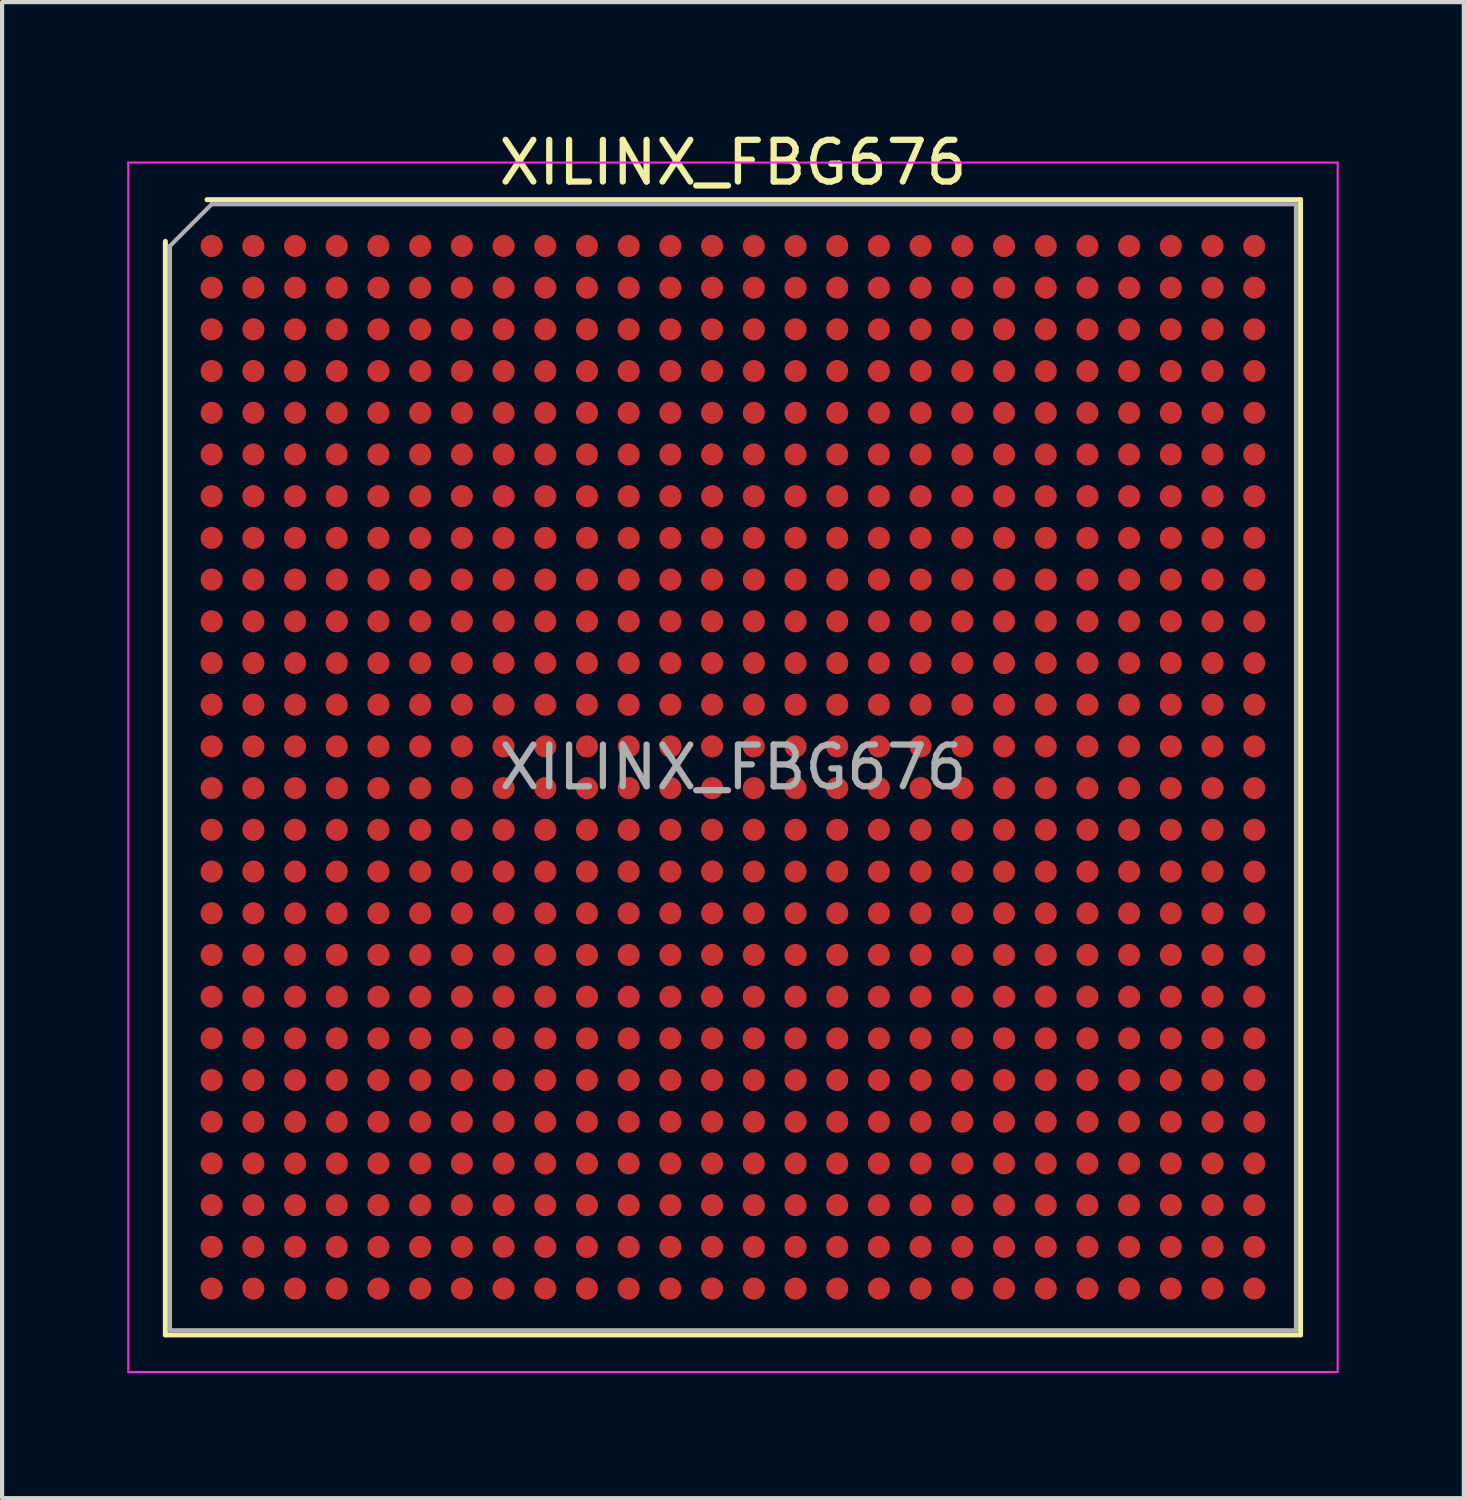
<source format=kicad_pcb>
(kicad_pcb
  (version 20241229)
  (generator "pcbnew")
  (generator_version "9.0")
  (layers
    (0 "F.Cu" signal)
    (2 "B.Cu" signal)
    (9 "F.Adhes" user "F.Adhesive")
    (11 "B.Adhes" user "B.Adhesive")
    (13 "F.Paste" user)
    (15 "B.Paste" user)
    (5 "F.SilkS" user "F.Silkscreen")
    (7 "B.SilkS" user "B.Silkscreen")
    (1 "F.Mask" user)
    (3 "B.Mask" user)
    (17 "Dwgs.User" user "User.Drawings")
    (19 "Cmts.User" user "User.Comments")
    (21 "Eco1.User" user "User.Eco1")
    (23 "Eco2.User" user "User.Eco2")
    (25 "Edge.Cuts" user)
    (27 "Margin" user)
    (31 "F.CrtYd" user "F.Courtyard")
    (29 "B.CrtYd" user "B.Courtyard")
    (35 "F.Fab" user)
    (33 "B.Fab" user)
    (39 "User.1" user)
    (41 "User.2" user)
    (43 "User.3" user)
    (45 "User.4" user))
  (footprint "XILINX_FBG676"
    (layer "F.Cu")
    (at 14.525 15.348)
    (property "Reference" "XILINX_FBG676" (at 0 -14.5 0) (layer "F.SilkS") (effects (font (size 1 1) (thickness 0.15))))
    (attr smd)
    (fp_line (start -13.61 13.61) (end -13.61 -12.61) (stroke (width 0.12) (type solid)) (layer "F.SilkS"))
    (fp_line (start -12.61 -13.61) (end 13.61 -13.61) (stroke (width 0.12) (type solid)) (layer "F.SilkS"))
    (fp_line (start 13.61 -13.61) (end 13.61 13.61) (stroke (width 0.12) (type solid)) (layer "F.SilkS"))
    (fp_line (start 13.61 13.61) (end -13.61 13.61) (stroke (width 0.12) (type solid)) (layer "F.SilkS"))
    (fp_line (start -14.5 -14.5) (end -14.5 14.5) (stroke (width 0.05) (type solid)) (layer "F.CrtYd"))
    (fp_line (start -14.5 14.5) (end 14.5 14.5) (stroke (width 0.05) (type solid)) (layer "F.CrtYd"))
    (fp_line (start 14.5 -14.5) (end -14.5 -14.5) (stroke (width 0.05) (type solid)) (layer "F.CrtYd"))
    (fp_line (start 14.5 14.5) (end 14.5 -14.5) (stroke (width 0.05) (type solid)) (layer "F.CrtYd"))
    (fp_line (start -13.5 -12.5) (end -12.5 -13.5) (stroke (width 0.1) (type solid)) (layer "F.Fab"))
    (fp_line (start -13.5 13.5) (end -13.5 -12.5) (stroke (width 0.1) (type solid)) (layer "F.Fab"))
    (fp_line (start -12.5 -13.5) (end 13.5 -13.5) (stroke (width 0.1) (type solid)) (layer "F.Fab"))
    (fp_line (start 13.5 -13.5) (end 13.5 13.5) (stroke (width 0.1) (type solid)) (layer "F.Fab"))
    (fp_line (start 13.5 13.5) (end -13.5 13.5) (stroke (width 0.1) (type solid)) (layer "F.Fab"))
    (fp_text user "${REFERENCE}" (at 0 0 0) (layer "F.Fab") (effects (font (size 1 1) (thickness 0.15))))
    (pad "A1" smd circle (at -12.5 -12.5) (size 0.53 0.53) (layers "F.Cu" "F.Mask" "F.Paste"))
    (pad "A2" smd circle (at -11.5 -12.5) (size 0.53 0.53) (layers "F.Cu" "F.Mask" "F.Paste"))
    (pad "A3" smd circle (at -10.5 -12.5) (size 0.53 0.53) (layers "F.Cu" "F.Mask" "F.Paste"))
    (pad "A4" smd circle (at -9.5 -12.5) (size 0.53 0.53) (layers "F.Cu" "F.Mask" "F.Paste"))
    (pad "A5" smd circle (at -8.5 -12.5) (size 0.53 0.53) (layers "F.Cu" "F.Mask" "F.Paste"))
    (pad "A6" smd circle (at -7.5 -12.5) (size 0.53 0.53) (layers "F.Cu" "F.Mask" "F.Paste"))
    (pad "A7" smd circle (at -6.5 -12.5) (size 0.53 0.53) (layers "F.Cu" "F.Mask" "F.Paste"))
    (pad "A8" smd circle (at -5.5 -12.5) (size 0.53 0.53) (layers "F.Cu" "F.Mask" "F.Paste"))
    (pad "A9" smd circle (at -4.5 -12.5) (size 0.53 0.53) (layers "F.Cu" "F.Mask" "F.Paste"))
    (pad "A10" smd circle (at -3.5 -12.5) (size 0.53 0.53) (layers "F.Cu" "F.Mask" "F.Paste"))
    (pad "A11" smd circle (at -2.5 -12.5) (size 0.53 0.53) (layers "F.Cu" "F.Mask" "F.Paste"))
    (pad "A12" smd circle (at -1.5 -12.5) (size 0.53 0.53) (layers "F.Cu" "F.Mask" "F.Paste"))
    (pad "A13" smd circle (at -0.5 -12.5) (size 0.53 0.53) (layers "F.Cu" "F.Mask" "F.Paste"))
    (pad "A14" smd circle (at 0.5 -12.5) (size 0.53 0.53) (layers "F.Cu" "F.Mask" "F.Paste"))
    (pad "A15" smd circle (at 1.5 -12.5) (size 0.53 0.53) (layers "F.Cu" "F.Mask" "F.Paste"))
    (pad "A16" smd circle (at 2.5 -12.5) (size 0.53 0.53) (layers "F.Cu" "F.Mask" "F.Paste"))
    (pad "A17" smd circle (at 3.5 -12.5) (size 0.53 0.53) (layers "F.Cu" "F.Mask" "F.Paste"))
    (pad "A18" smd circle (at 4.5 -12.5) (size 0.53 0.53) (layers "F.Cu" "F.Mask" "F.Paste"))
    (pad "A19" smd circle (at 5.5 -12.5) (size 0.53 0.53) (layers "F.Cu" "F.Mask" "F.Paste"))
    (pad "A20" smd circle (at 6.5 -12.5) (size 0.53 0.53) (layers "F.Cu" "F.Mask" "F.Paste"))
    (pad "A21" smd circle (at 7.5 -12.5) (size 0.53 0.53) (layers "F.Cu" "F.Mask" "F.Paste"))
    (pad "A22" smd circle (at 8.5 -12.5) (size 0.53 0.53) (layers "F.Cu" "F.Mask" "F.Paste"))
    (pad "A23" smd circle (at 9.5 -12.5) (size 0.53 0.53) (layers "F.Cu" "F.Mask" "F.Paste"))
    (pad "A24" smd circle (at 10.5 -12.5) (size 0.53 0.53) (layers "F.Cu" "F.Mask" "F.Paste"))
    (pad "A25" smd circle (at 11.5 -12.5) (size 0.53 0.53) (layers "F.Cu" "F.Mask" "F.Paste"))
    (pad "A26" smd circle (at 12.5 -12.5) (size 0.53 0.53) (layers "F.Cu" "F.Mask" "F.Paste"))
    (pad "AA1" smd circle (at -12.5 7.5) (size 0.53 0.53) (layers "F.Cu" "F.Mask" "F.Paste"))
    (pad "AA2" smd circle (at -11.5 7.5) (size 0.53 0.53) (layers "F.Cu" "F.Mask" "F.Paste"))
    (pad "AA3" smd circle (at -10.5 7.5) (size 0.53 0.53) (layers "F.Cu" "F.Mask" "F.Paste"))
    (pad "AA4" smd circle (at -9.5 7.5) (size 0.53 0.53) (layers "F.Cu" "F.Mask" "F.Paste"))
    (pad "AA5" smd circle (at -8.5 7.5) (size 0.53 0.53) (layers "F.Cu" "F.Mask" "F.Paste"))
    (pad "AA6" smd circle (at -7.5 7.5) (size 0.53 0.53) (layers "F.Cu" "F.Mask" "F.Paste"))
    (pad "AA7" smd circle (at -6.5 7.5) (size 0.53 0.53) (layers "F.Cu" "F.Mask" "F.Paste"))
    (pad "AA8" smd circle (at -5.5 7.5) (size 0.53 0.53) (layers "F.Cu" "F.Mask" "F.Paste"))
    (pad "AA9" smd circle (at -4.5 7.5) (size 0.53 0.53) (layers "F.Cu" "F.Mask" "F.Paste"))
    (pad "AA10" smd circle (at -3.5 7.5) (size 0.53 0.53) (layers "F.Cu" "F.Mask" "F.Paste"))
    (pad "AA11" smd circle (at -2.5 7.5) (size 0.53 0.53) (layers "F.Cu" "F.Mask" "F.Paste"))
    (pad "AA12" smd circle (at -1.5 7.5) (size 0.53 0.53) (layers "F.Cu" "F.Mask" "F.Paste"))
    (pad "AA13" smd circle (at -0.5 7.5) (size 0.53 0.53) (layers "F.Cu" "F.Mask" "F.Paste"))
    (pad "AA14" smd circle (at 0.5 7.5) (size 0.53 0.53) (layers "F.Cu" "F.Mask" "F.Paste"))
    (pad "AA15" smd circle (at 1.5 7.5) (size 0.53 0.53) (layers "F.Cu" "F.Mask" "F.Paste"))
    (pad "AA16" smd circle (at 2.5 7.5) (size 0.53 0.53) (layers "F.Cu" "F.Mask" "F.Paste"))
    (pad "AA17" smd circle (at 3.5 7.5) (size 0.53 0.53) (layers "F.Cu" "F.Mask" "F.Paste"))
    (pad "AA18" smd circle (at 4.5 7.5) (size 0.53 0.53) (layers "F.Cu" "F.Mask" "F.Paste"))
    (pad "AA19" smd circle (at 5.5 7.5) (size 0.53 0.53) (layers "F.Cu" "F.Mask" "F.Paste"))
    (pad "AA20" smd circle (at 6.5 7.5) (size 0.53 0.53) (layers "F.Cu" "F.Mask" "F.Paste"))
    (pad "AA21" smd circle (at 7.5 7.5) (size 0.53 0.53) (layers "F.Cu" "F.Mask" "F.Paste"))
    (pad "AA22" smd circle (at 8.5 7.5) (size 0.53 0.53) (layers "F.Cu" "F.Mask" "F.Paste"))
    (pad "AA23" smd circle (at 9.5 7.5) (size 0.53 0.53) (layers "F.Cu" "F.Mask" "F.Paste"))
    (pad "AA24" smd circle (at 10.5 7.5) (size 0.53 0.53) (layers "F.Cu" "F.Mask" "F.Paste"))
    (pad "AA25" smd circle (at 11.5 7.5) (size 0.53 0.53) (layers "F.Cu" "F.Mask" "F.Paste"))
    (pad "AA26" smd circle (at 12.5 7.5) (size 0.53 0.53) (layers "F.Cu" "F.Mask" "F.Paste"))
    (pad "AB1" smd circle (at -12.5 8.5) (size 0.53 0.53) (layers "F.Cu" "F.Mask" "F.Paste"))
    (pad "AB2" smd circle (at -11.5 8.5) (size 0.53 0.53) (layers "F.Cu" "F.Mask" "F.Paste"))
    (pad "AB3" smd circle (at -10.5 8.5) (size 0.53 0.53) (layers "F.Cu" "F.Mask" "F.Paste"))
    (pad "AB4" smd circle (at -9.5 8.5) (size 0.53 0.53) (layers "F.Cu" "F.Mask" "F.Paste"))
    (pad "AB5" smd circle (at -8.5 8.5) (size 0.53 0.53) (layers "F.Cu" "F.Mask" "F.Paste"))
    (pad "AB6" smd circle (at -7.5 8.5) (size 0.53 0.53) (layers "F.Cu" "F.Mask" "F.Paste"))
    (pad "AB7" smd circle (at -6.5 8.5) (size 0.53 0.53) (layers "F.Cu" "F.Mask" "F.Paste"))
    (pad "AB8" smd circle (at -5.5 8.5) (size 0.53 0.53) (layers "F.Cu" "F.Mask" "F.Paste"))
    (pad "AB9" smd circle (at -4.5 8.5) (size 0.53 0.53) (layers "F.Cu" "F.Mask" "F.Paste"))
    (pad "AB10" smd circle (at -3.5 8.5) (size 0.53 0.53) (layers "F.Cu" "F.Mask" "F.Paste"))
    (pad "AB11" smd circle (at -2.5 8.5) (size 0.53 0.53) (layers "F.Cu" "F.Mask" "F.Paste"))
    (pad "AB12" smd circle (at -1.5 8.5) (size 0.53 0.53) (layers "F.Cu" "F.Mask" "F.Paste"))
    (pad "AB13" smd circle (at -0.5 8.5) (size 0.53 0.53) (layers "F.Cu" "F.Mask" "F.Paste"))
    (pad "AB14" smd circle (at 0.5 8.5) (size 0.53 0.53) (layers "F.Cu" "F.Mask" "F.Paste"))
    (pad "AB15" smd circle (at 1.5 8.5) (size 0.53 0.53) (layers "F.Cu" "F.Mask" "F.Paste"))
    (pad "AB16" smd circle (at 2.5 8.5) (size 0.53 0.53) (layers "F.Cu" "F.Mask" "F.Paste"))
    (pad "AB17" smd circle (at 3.5 8.5) (size 0.53 0.53) (layers "F.Cu" "F.Mask" "F.Paste"))
    (pad "AB18" smd circle (at 4.5 8.5) (size 0.53 0.53) (layers "F.Cu" "F.Mask" "F.Paste"))
    (pad "AB19" smd circle (at 5.5 8.5) (size 0.53 0.53) (layers "F.Cu" "F.Mask" "F.Paste"))
    (pad "AB20" smd circle (at 6.5 8.5) (size 0.53 0.53) (layers "F.Cu" "F.Mask" "F.Paste"))
    (pad "AB21" smd circle (at 7.5 8.5) (size 0.53 0.53) (layers "F.Cu" "F.Mask" "F.Paste"))
    (pad "AB22" smd circle (at 8.5 8.5) (size 0.53 0.53) (layers "F.Cu" "F.Mask" "F.Paste"))
    (pad "AB23" smd circle (at 9.5 8.5) (size 0.53 0.53) (layers "F.Cu" "F.Mask" "F.Paste"))
    (pad "AB24" smd circle (at 10.5 8.5) (size 0.53 0.53) (layers "F.Cu" "F.Mask" "F.Paste"))
    (pad "AB25" smd circle (at 11.5 8.5) (size 0.53 0.53) (layers "F.Cu" "F.Mask" "F.Paste"))
    (pad "AB26" smd circle (at 12.5 8.5) (size 0.53 0.53) (layers "F.Cu" "F.Mask" "F.Paste"))
    (pad "AC1" smd circle (at -12.5 9.5) (size 0.53 0.53) (layers "F.Cu" "F.Mask" "F.Paste"))
    (pad "AC2" smd circle (at -11.5 9.5) (size 0.53 0.53) (layers "F.Cu" "F.Mask" "F.Paste"))
    (pad "AC3" smd circle (at -10.5 9.5) (size 0.53 0.53) (layers "F.Cu" "F.Mask" "F.Paste"))
    (pad "AC4" smd circle (at -9.5 9.5) (size 0.53 0.53) (layers "F.Cu" "F.Mask" "F.Paste"))
    (pad "AC5" smd circle (at -8.5 9.5) (size 0.53 0.53) (layers "F.Cu" "F.Mask" "F.Paste"))
    (pad "AC6" smd circle (at -7.5 9.5) (size 0.53 0.53) (layers "F.Cu" "F.Mask" "F.Paste"))
    (pad "AC7" smd circle (at -6.5 9.5) (size 0.53 0.53) (layers "F.Cu" "F.Mask" "F.Paste"))
    (pad "AC8" smd circle (at -5.5 9.5) (size 0.53 0.53) (layers "F.Cu" "F.Mask" "F.Paste"))
    (pad "AC9" smd circle (at -4.5 9.5) (size 0.53 0.53) (layers "F.Cu" "F.Mask" "F.Paste"))
    (pad "AC10" smd circle (at -3.5 9.5) (size 0.53 0.53) (layers "F.Cu" "F.Mask" "F.Paste"))
    (pad "AC11" smd circle (at -2.5 9.5) (size 0.53 0.53) (layers "F.Cu" "F.Mask" "F.Paste"))
    (pad "AC12" smd circle (at -1.5 9.5) (size 0.53 0.53) (layers "F.Cu" "F.Mask" "F.Paste"))
    (pad "AC13" smd circle (at -0.5 9.5) (size 0.53 0.53) (layers "F.Cu" "F.Mask" "F.Paste"))
    (pad "AC14" smd circle (at 0.5 9.5) (size 0.53 0.53) (layers "F.Cu" "F.Mask" "F.Paste"))
    (pad "AC15" smd circle (at 1.5 9.5) (size 0.53 0.53) (layers "F.Cu" "F.Mask" "F.Paste"))
    (pad "AC16" smd circle (at 2.5 9.5) (size 0.53 0.53) (layers "F.Cu" "F.Mask" "F.Paste"))
    (pad "AC17" smd circle (at 3.5 9.5) (size 0.53 0.53) (layers "F.Cu" "F.Mask" "F.Paste"))
    (pad "AC18" smd circle (at 4.5 9.5) (size 0.53 0.53) (layers "F.Cu" "F.Mask" "F.Paste"))
    (pad "AC19" smd circle (at 5.5 9.5) (size 0.53 0.53) (layers "F.Cu" "F.Mask" "F.Paste"))
    (pad "AC20" smd circle (at 6.5 9.5) (size 0.53 0.53) (layers "F.Cu" "F.Mask" "F.Paste"))
    (pad "AC21" smd circle (at 7.5 9.5) (size 0.53 0.53) (layers "F.Cu" "F.Mask" "F.Paste"))
    (pad "AC22" smd circle (at 8.5 9.5) (size 0.53 0.53) (layers "F.Cu" "F.Mask" "F.Paste"))
    (pad "AC23" smd circle (at 9.5 9.5) (size 0.53 0.53) (layers "F.Cu" "F.Mask" "F.Paste"))
    (pad "AC24" smd circle (at 10.5 9.5) (size 0.53 0.53) (layers "F.Cu" "F.Mask" "F.Paste"))
    (pad "AC25" smd circle (at 11.5 9.5) (size 0.53 0.53) (layers "F.Cu" "F.Mask" "F.Paste"))
    (pad "AC26" smd circle (at 12.5 9.5) (size 0.53 0.53) (layers "F.Cu" "F.Mask" "F.Paste"))
    (pad "AD1" smd circle (at -12.5 10.5) (size 0.53 0.53) (layers "F.Cu" "F.Mask" "F.Paste"))
    (pad "AD2" smd circle (at -11.5 10.5) (size 0.53 0.53) (layers "F.Cu" "F.Mask" "F.Paste"))
    (pad "AD3" smd circle (at -10.5 10.5) (size 0.53 0.53) (layers "F.Cu" "F.Mask" "F.Paste"))
    (pad "AD4" smd circle (at -9.5 10.5) (size 0.53 0.53) (layers "F.Cu" "F.Mask" "F.Paste"))
    (pad "AD5" smd circle (at -8.5 10.5) (size 0.53 0.53) (layers "F.Cu" "F.Mask" "F.Paste"))
    (pad "AD6" smd circle (at -7.5 10.5) (size 0.53 0.53) (layers "F.Cu" "F.Mask" "F.Paste"))
    (pad "AD7" smd circle (at -6.5 10.5) (size 0.53 0.53) (layers "F.Cu" "F.Mask" "F.Paste"))
    (pad "AD8" smd circle (at -5.5 10.5) (size 0.53 0.53) (layers "F.Cu" "F.Mask" "F.Paste"))
    (pad "AD9" smd circle (at -4.5 10.5) (size 0.53 0.53) (layers "F.Cu" "F.Mask" "F.Paste"))
    (pad "AD10" smd circle (at -3.5 10.5) (size 0.53 0.53) (layers "F.Cu" "F.Mask" "F.Paste"))
    (pad "AD11" smd circle (at -2.5 10.5) (size 0.53 0.53) (layers "F.Cu" "F.Mask" "F.Paste"))
    (pad "AD12" smd circle (at -1.5 10.5) (size 0.53 0.53) (layers "F.Cu" "F.Mask" "F.Paste"))
    (pad "AD13" smd circle (at -0.5 10.5) (size 0.53 0.53) (layers "F.Cu" "F.Mask" "F.Paste"))
    (pad "AD14" smd circle (at 0.5 10.5) (size 0.53 0.53) (layers "F.Cu" "F.Mask" "F.Paste"))
    (pad "AD15" smd circle (at 1.5 10.5) (size 0.53 0.53) (layers "F.Cu" "F.Mask" "F.Paste"))
    (pad "AD16" smd circle (at 2.5 10.5) (size 0.53 0.53) (layers "F.Cu" "F.Mask" "F.Paste"))
    (pad "AD17" smd circle (at 3.5 10.5) (size 0.53 0.53) (layers "F.Cu" "F.Mask" "F.Paste"))
    (pad "AD18" smd circle (at 4.5 10.5) (size 0.53 0.53) (layers "F.Cu" "F.Mask" "F.Paste"))
    (pad "AD19" smd circle (at 5.5 10.5) (size 0.53 0.53) (layers "F.Cu" "F.Mask" "F.Paste"))
    (pad "AD20" smd circle (at 6.5 10.5) (size 0.53 0.53) (layers "F.Cu" "F.Mask" "F.Paste"))
    (pad "AD21" smd circle (at 7.5 10.5) (size 0.53 0.53) (layers "F.Cu" "F.Mask" "F.Paste"))
    (pad "AD22" smd circle (at 8.5 10.5) (size 0.53 0.53) (layers "F.Cu" "F.Mask" "F.Paste"))
    (pad "AD23" smd circle (at 9.5 10.5) (size 0.53 0.53) (layers "F.Cu" "F.Mask" "F.Paste"))
    (pad "AD24" smd circle (at 10.5 10.5) (size 0.53 0.53) (layers "F.Cu" "F.Mask" "F.Paste"))
    (pad "AD25" smd circle (at 11.5 10.5) (size 0.53 0.53) (layers "F.Cu" "F.Mask" "F.Paste"))
    (pad "AD26" smd circle (at 12.5 10.5) (size 0.53 0.53) (layers "F.Cu" "F.Mask" "F.Paste"))
    (pad "AE1" smd circle (at -12.5 11.5) (size 0.53 0.53) (layers "F.Cu" "F.Mask" "F.Paste"))
    (pad "AE2" smd circle (at -11.5 11.5) (size 0.53 0.53) (layers "F.Cu" "F.Mask" "F.Paste"))
    (pad "AE3" smd circle (at -10.5 11.5) (size 0.53 0.53) (layers "F.Cu" "F.Mask" "F.Paste"))
    (pad "AE4" smd circle (at -9.5 11.5) (size 0.53 0.53) (layers "F.Cu" "F.Mask" "F.Paste"))
    (pad "AE5" smd circle (at -8.5 11.5) (size 0.53 0.53) (layers "F.Cu" "F.Mask" "F.Paste"))
    (pad "AE6" smd circle (at -7.5 11.5) (size 0.53 0.53) (layers "F.Cu" "F.Mask" "F.Paste"))
    (pad "AE7" smd circle (at -6.5 11.5) (size 0.53 0.53) (layers "F.Cu" "F.Mask" "F.Paste"))
    (pad "AE8" smd circle (at -5.5 11.5) (size 0.53 0.53) (layers "F.Cu" "F.Mask" "F.Paste"))
    (pad "AE9" smd circle (at -4.5 11.5) (size 0.53 0.53) (layers "F.Cu" "F.Mask" "F.Paste"))
    (pad "AE10" smd circle (at -3.5 11.5) (size 0.53 0.53) (layers "F.Cu" "F.Mask" "F.Paste"))
    (pad "AE11" smd circle (at -2.5 11.5) (size 0.53 0.53) (layers "F.Cu" "F.Mask" "F.Paste"))
    (pad "AE12" smd circle (at -1.5 11.5) (size 0.53 0.53) (layers "F.Cu" "F.Mask" "F.Paste"))
    (pad "AE13" smd circle (at -0.5 11.5) (size 0.53 0.53) (layers "F.Cu" "F.Mask" "F.Paste"))
    (pad "AE14" smd circle (at 0.5 11.5) (size 0.53 0.53) (layers "F.Cu" "F.Mask" "F.Paste"))
    (pad "AE15" smd circle (at 1.5 11.5) (size 0.53 0.53) (layers "F.Cu" "F.Mask" "F.Paste"))
    (pad "AE16" smd circle (at 2.5 11.5) (size 0.53 0.53) (layers "F.Cu" "F.Mask" "F.Paste"))
    (pad "AE17" smd circle (at 3.5 11.5) (size 0.53 0.53) (layers "F.Cu" "F.Mask" "F.Paste"))
    (pad "AE18" smd circle (at 4.5 11.5) (size 0.53 0.53) (layers "F.Cu" "F.Mask" "F.Paste"))
    (pad "AE19" smd circle (at 5.5 11.5) (size 0.53 0.53) (layers "F.Cu" "F.Mask" "F.Paste"))
    (pad "AE20" smd circle (at 6.5 11.5) (size 0.53 0.53) (layers "F.Cu" "F.Mask" "F.Paste"))
    (pad "AE21" smd circle (at 7.5 11.5) (size 0.53 0.53) (layers "F.Cu" "F.Mask" "F.Paste"))
    (pad "AE22" smd circle (at 8.5 11.5) (size 0.53 0.53) (layers "F.Cu" "F.Mask" "F.Paste"))
    (pad "AE23" smd circle (at 9.5 11.5) (size 0.53 0.53) (layers "F.Cu" "F.Mask" "F.Paste"))
    (pad "AE24" smd circle (at 10.5 11.5) (size 0.53 0.53) (layers "F.Cu" "F.Mask" "F.Paste"))
    (pad "AE25" smd circle (at 11.5 11.5) (size 0.53 0.53) (layers "F.Cu" "F.Mask" "F.Paste"))
    (pad "AE26" smd circle (at 12.5 11.5) (size 0.53 0.53) (layers "F.Cu" "F.Mask" "F.Paste"))
    (pad "AF1" smd circle (at -12.5 12.5) (size 0.53 0.53) (layers "F.Cu" "F.Mask" "F.Paste"))
    (pad "AF2" smd circle (at -11.5 12.5) (size 0.53 0.53) (layers "F.Cu" "F.Mask" "F.Paste"))
    (pad "AF3" smd circle (at -10.5 12.5) (size 0.53 0.53) (layers "F.Cu" "F.Mask" "F.Paste"))
    (pad "AF4" smd circle (at -9.5 12.5) (size 0.53 0.53) (layers "F.Cu" "F.Mask" "F.Paste"))
    (pad "AF5" smd circle (at -8.5 12.5) (size 0.53 0.53) (layers "F.Cu" "F.Mask" "F.Paste"))
    (pad "AF6" smd circle (at -7.5 12.5) (size 0.53 0.53) (layers "F.Cu" "F.Mask" "F.Paste"))
    (pad "AF7" smd circle (at -6.5 12.5) (size 0.53 0.53) (layers "F.Cu" "F.Mask" "F.Paste"))
    (pad "AF8" smd circle (at -5.5 12.5) (size 0.53 0.53) (layers "F.Cu" "F.Mask" "F.Paste"))
    (pad "AF9" smd circle (at -4.5 12.5) (size 0.53 0.53) (layers "F.Cu" "F.Mask" "F.Paste"))
    (pad "AF10" smd circle (at -3.5 12.5) (size 0.53 0.53) (layers "F.Cu" "F.Mask" "F.Paste"))
    (pad "AF11" smd circle (at -2.5 12.5) (size 0.53 0.53) (layers "F.Cu" "F.Mask" "F.Paste"))
    (pad "AF12" smd circle (at -1.5 12.5) (size 0.53 0.53) (layers "F.Cu" "F.Mask" "F.Paste"))
    (pad "AF13" smd circle (at -0.5 12.5) (size 0.53 0.53) (layers "F.Cu" "F.Mask" "F.Paste"))
    (pad "AF14" smd circle (at 0.5 12.5) (size 0.53 0.53) (layers "F.Cu" "F.Mask" "F.Paste"))
    (pad "AF15" smd circle (at 1.5 12.5) (size 0.53 0.53) (layers "F.Cu" "F.Mask" "F.Paste"))
    (pad "AF16" smd circle (at 2.5 12.5) (size 0.53 0.53) (layers "F.Cu" "F.Mask" "F.Paste"))
    (pad "AF17" smd circle (at 3.5 12.5) (size 0.53 0.53) (layers "F.Cu" "F.Mask" "F.Paste"))
    (pad "AF18" smd circle (at 4.5 12.5) (size 0.53 0.53) (layers "F.Cu" "F.Mask" "F.Paste"))
    (pad "AF19" smd circle (at 5.5 12.5) (size 0.53 0.53) (layers "F.Cu" "F.Mask" "F.Paste"))
    (pad "AF20" smd circle (at 6.5 12.5) (size 0.53 0.53) (layers "F.Cu" "F.Mask" "F.Paste"))
    (pad "AF21" smd circle (at 7.5 12.5) (size 0.53 0.53) (layers "F.Cu" "F.Mask" "F.Paste"))
    (pad "AF22" smd circle (at 8.5 12.5) (size 0.53 0.53) (layers "F.Cu" "F.Mask" "F.Paste"))
    (pad "AF23" smd circle (at 9.5 12.5) (size 0.53 0.53) (layers "F.Cu" "F.Mask" "F.Paste"))
    (pad "AF24" smd circle (at 10.5 12.5) (size 0.53 0.53) (layers "F.Cu" "F.Mask" "F.Paste"))
    (pad "AF25" smd circle (at 11.5 12.5) (size 0.53 0.53) (layers "F.Cu" "F.Mask" "F.Paste"))
    (pad "AF26" smd circle (at 12.5 12.5) (size 0.53 0.53) (layers "F.Cu" "F.Mask" "F.Paste"))
    (pad "B1" smd circle (at -12.5 -11.5) (size 0.53 0.53) (layers "F.Cu" "F.Mask" "F.Paste"))
    (pad "B2" smd circle (at -11.5 -11.5) (size 0.53 0.53) (layers "F.Cu" "F.Mask" "F.Paste"))
    (pad "B3" smd circle (at -10.5 -11.5) (size 0.53 0.53) (layers "F.Cu" "F.Mask" "F.Paste"))
    (pad "B4" smd circle (at -9.5 -11.5) (size 0.53 0.53) (layers "F.Cu" "F.Mask" "F.Paste"))
    (pad "B5" smd circle (at -8.5 -11.5) (size 0.53 0.53) (layers "F.Cu" "F.Mask" "F.Paste"))
    (pad "B6" smd circle (at -7.5 -11.5) (size 0.53 0.53) (layers "F.Cu" "F.Mask" "F.Paste"))
    (pad "B7" smd circle (at -6.5 -11.5) (size 0.53 0.53) (layers "F.Cu" "F.Mask" "F.Paste"))
    (pad "B8" smd circle (at -5.5 -11.5) (size 0.53 0.53) (layers "F.Cu" "F.Mask" "F.Paste"))
    (pad "B9" smd circle (at -4.5 -11.5) (size 0.53 0.53) (layers "F.Cu" "F.Mask" "F.Paste"))
    (pad "B10" smd circle (at -3.5 -11.5) (size 0.53 0.53) (layers "F.Cu" "F.Mask" "F.Paste"))
    (pad "B11" smd circle (at -2.5 -11.5) (size 0.53 0.53) (layers "F.Cu" "F.Mask" "F.Paste"))
    (pad "B12" smd circle (at -1.5 -11.5) (size 0.53 0.53) (layers "F.Cu" "F.Mask" "F.Paste"))
    (pad "B13" smd circle (at -0.5 -11.5) (size 0.53 0.53) (layers "F.Cu" "F.Mask" "F.Paste"))
    (pad "B14" smd circle (at 0.5 -11.5) (size 0.53 0.53) (layers "F.Cu" "F.Mask" "F.Paste"))
    (pad "B15" smd circle (at 1.5 -11.5) (size 0.53 0.53) (layers "F.Cu" "F.Mask" "F.Paste"))
    (pad "B16" smd circle (at 2.5 -11.5) (size 0.53 0.53) (layers "F.Cu" "F.Mask" "F.Paste"))
    (pad "B17" smd circle (at 3.5 -11.5) (size 0.53 0.53) (layers "F.Cu" "F.Mask" "F.Paste"))
    (pad "B18" smd circle (at 4.5 -11.5) (size 0.53 0.53) (layers "F.Cu" "F.Mask" "F.Paste"))
    (pad "B19" smd circle (at 5.5 -11.5) (size 0.53 0.53) (layers "F.Cu" "F.Mask" "F.Paste"))
    (pad "B20" smd circle (at 6.5 -11.5) (size 0.53 0.53) (layers "F.Cu" "F.Mask" "F.Paste"))
    (pad "B21" smd circle (at 7.5 -11.5) (size 0.53 0.53) (layers "F.Cu" "F.Mask" "F.Paste"))
    (pad "B22" smd circle (at 8.5 -11.5) (size 0.53 0.53) (layers "F.Cu" "F.Mask" "F.Paste"))
    (pad "B23" smd circle (at 9.5 -11.5) (size 0.53 0.53) (layers "F.Cu" "F.Mask" "F.Paste"))
    (pad "B24" smd circle (at 10.5 -11.5) (size 0.53 0.53) (layers "F.Cu" "F.Mask" "F.Paste"))
    (pad "B25" smd circle (at 11.5 -11.5) (size 0.53 0.53) (layers "F.Cu" "F.Mask" "F.Paste"))
    (pad "B26" smd circle (at 12.5 -11.5) (size 0.53 0.53) (layers "F.Cu" "F.Mask" "F.Paste"))
    (pad "C1" smd circle (at -12.5 -10.5) (size 0.53 0.53) (layers "F.Cu" "F.Mask" "F.Paste"))
    (pad "C2" smd circle (at -11.5 -10.5) (size 0.53 0.53) (layers "F.Cu" "F.Mask" "F.Paste"))
    (pad "C3" smd circle (at -10.5 -10.5) (size 0.53 0.53) (layers "F.Cu" "F.Mask" "F.Paste"))
    (pad "C4" smd circle (at -9.5 -10.5) (size 0.53 0.53) (layers "F.Cu" "F.Mask" "F.Paste"))
    (pad "C5" smd circle (at -8.5 -10.5) (size 0.53 0.53) (layers "F.Cu" "F.Mask" "F.Paste"))
    (pad "C6" smd circle (at -7.5 -10.5) (size 0.53 0.53) (layers "F.Cu" "F.Mask" "F.Paste"))
    (pad "C7" smd circle (at -6.5 -10.5) (size 0.53 0.53) (layers "F.Cu" "F.Mask" "F.Paste"))
    (pad "C8" smd circle (at -5.5 -10.5) (size 0.53 0.53) (layers "F.Cu" "F.Mask" "F.Paste"))
    (pad "C9" smd circle (at -4.5 -10.5) (size 0.53 0.53) (layers "F.Cu" "F.Mask" "F.Paste"))
    (pad "C10" smd circle (at -3.5 -10.5) (size 0.53 0.53) (layers "F.Cu" "F.Mask" "F.Paste"))
    (pad "C11" smd circle (at -2.5 -10.5) (size 0.53 0.53) (layers "F.Cu" "F.Mask" "F.Paste"))
    (pad "C12" smd circle (at -1.5 -10.5) (size 0.53 0.53) (layers "F.Cu" "F.Mask" "F.Paste"))
    (pad "C13" smd circle (at -0.5 -10.5) (size 0.53 0.53) (layers "F.Cu" "F.Mask" "F.Paste"))
    (pad "C14" smd circle (at 0.5 -10.5) (size 0.53 0.53) (layers "F.Cu" "F.Mask" "F.Paste"))
    (pad "C15" smd circle (at 1.5 -10.5) (size 0.53 0.53) (layers "F.Cu" "F.Mask" "F.Paste"))
    (pad "C16" smd circle (at 2.5 -10.5) (size 0.53 0.53) (layers "F.Cu" "F.Mask" "F.Paste"))
    (pad "C17" smd circle (at 3.5 -10.5) (size 0.53 0.53) (layers "F.Cu" "F.Mask" "F.Paste"))
    (pad "C18" smd circle (at 4.5 -10.5) (size 0.53 0.53) (layers "F.Cu" "F.Mask" "F.Paste"))
    (pad "C19" smd circle (at 5.5 -10.5) (size 0.53 0.53) (layers "F.Cu" "F.Mask" "F.Paste"))
    (pad "C20" smd circle (at 6.5 -10.5) (size 0.53 0.53) (layers "F.Cu" "F.Mask" "F.Paste"))
    (pad "C21" smd circle (at 7.5 -10.5) (size 0.53 0.53) (layers "F.Cu" "F.Mask" "F.Paste"))
    (pad "C22" smd circle (at 8.5 -10.5) (size 0.53 0.53) (layers "F.Cu" "F.Mask" "F.Paste"))
    (pad "C23" smd circle (at 9.5 -10.5) (size 0.53 0.53) (layers "F.Cu" "F.Mask" "F.Paste"))
    (pad "C24" smd circle (at 10.5 -10.5) (size 0.53 0.53) (layers "F.Cu" "F.Mask" "F.Paste"))
    (pad "C25" smd circle (at 11.5 -10.5) (size 0.53 0.53) (layers "F.Cu" "F.Mask" "F.Paste"))
    (pad "C26" smd circle (at 12.5 -10.5) (size 0.53 0.53) (layers "F.Cu" "F.Mask" "F.Paste"))
    (pad "D1" smd circle (at -12.5 -9.5) (size 0.53 0.53) (layers "F.Cu" "F.Mask" "F.Paste"))
    (pad "D2" smd circle (at -11.5 -9.5) (size 0.53 0.53) (layers "F.Cu" "F.Mask" "F.Paste"))
    (pad "D3" smd circle (at -10.5 -9.5) (size 0.53 0.53) (layers "F.Cu" "F.Mask" "F.Paste"))
    (pad "D4" smd circle (at -9.5 -9.5) (size 0.53 0.53) (layers "F.Cu" "F.Mask" "F.Paste"))
    (pad "D5" smd circle (at -8.5 -9.5) (size 0.53 0.53) (layers "F.Cu" "F.Mask" "F.Paste"))
    (pad "D6" smd circle (at -7.5 -9.5) (size 0.53 0.53) (layers "F.Cu" "F.Mask" "F.Paste"))
    (pad "D7" smd circle (at -6.5 -9.5) (size 0.53 0.53) (layers "F.Cu" "F.Mask" "F.Paste"))
    (pad "D8" smd circle (at -5.5 -9.5) (size 0.53 0.53) (layers "F.Cu" "F.Mask" "F.Paste"))
    (pad "D9" smd circle (at -4.5 -9.5) (size 0.53 0.53) (layers "F.Cu" "F.Mask" "F.Paste"))
    (pad "D10" smd circle (at -3.5 -9.5) (size 0.53 0.53) (layers "F.Cu" "F.Mask" "F.Paste"))
    (pad "D11" smd circle (at -2.5 -9.5) (size 0.53 0.53) (layers "F.Cu" "F.Mask" "F.Paste"))
    (pad "D12" smd circle (at -1.5 -9.5) (size 0.53 0.53) (layers "F.Cu" "F.Mask" "F.Paste"))
    (pad "D13" smd circle (at -0.5 -9.5) (size 0.53 0.53) (layers "F.Cu" "F.Mask" "F.Paste"))
    (pad "D14" smd circle (at 0.5 -9.5) (size 0.53 0.53) (layers "F.Cu" "F.Mask" "F.Paste"))
    (pad "D15" smd circle (at 1.5 -9.5) (size 0.53 0.53) (layers "F.Cu" "F.Mask" "F.Paste"))
    (pad "D16" smd circle (at 2.5 -9.5) (size 0.53 0.53) (layers "F.Cu" "F.Mask" "F.Paste"))
    (pad "D17" smd circle (at 3.5 -9.5) (size 0.53 0.53) (layers "F.Cu" "F.Mask" "F.Paste"))
    (pad "D18" smd circle (at 4.5 -9.5) (size 0.53 0.53) (layers "F.Cu" "F.Mask" "F.Paste"))
    (pad "D19" smd circle (at 5.5 -9.5) (size 0.53 0.53) (layers "F.Cu" "F.Mask" "F.Paste"))
    (pad "D20" smd circle (at 6.5 -9.5) (size 0.53 0.53) (layers "F.Cu" "F.Mask" "F.Paste"))
    (pad "D21" smd circle (at 7.5 -9.5) (size 0.53 0.53) (layers "F.Cu" "F.Mask" "F.Paste"))
    (pad "D22" smd circle (at 8.5 -9.5) (size 0.53 0.53) (layers "F.Cu" "F.Mask" "F.Paste"))
    (pad "D23" smd circle (at 9.5 -9.5) (size 0.53 0.53) (layers "F.Cu" "F.Mask" "F.Paste"))
    (pad "D24" smd circle (at 10.5 -9.5) (size 0.53 0.53) (layers "F.Cu" "F.Mask" "F.Paste"))
    (pad "D25" smd circle (at 11.5 -9.5) (size 0.53 0.53) (layers "F.Cu" "F.Mask" "F.Paste"))
    (pad "D26" smd circle (at 12.5 -9.5) (size 0.53 0.53) (layers "F.Cu" "F.Mask" "F.Paste"))
    (pad "E1" smd circle (at -12.5 -8.5) (size 0.53 0.53) (layers "F.Cu" "F.Mask" "F.Paste"))
    (pad "E2" smd circle (at -11.5 -8.5) (size 0.53 0.53) (layers "F.Cu" "F.Mask" "F.Paste"))
    (pad "E3" smd circle (at -10.5 -8.5) (size 0.53 0.53) (layers "F.Cu" "F.Mask" "F.Paste"))
    (pad "E4" smd circle (at -9.5 -8.5) (size 0.53 0.53) (layers "F.Cu" "F.Mask" "F.Paste"))
    (pad "E5" smd circle (at -8.5 -8.5) (size 0.53 0.53) (layers "F.Cu" "F.Mask" "F.Paste"))
    (pad "E6" smd circle (at -7.5 -8.5) (size 0.53 0.53) (layers "F.Cu" "F.Mask" "F.Paste"))
    (pad "E7" smd circle (at -6.5 -8.5) (size 0.53 0.53) (layers "F.Cu" "F.Mask" "F.Paste"))
    (pad "E8" smd circle (at -5.5 -8.5) (size 0.53 0.53) (layers "F.Cu" "F.Mask" "F.Paste"))
    (pad "E9" smd circle (at -4.5 -8.5) (size 0.53 0.53) (layers "F.Cu" "F.Mask" "F.Paste"))
    (pad "E10" smd circle (at -3.5 -8.5) (size 0.53 0.53) (layers "F.Cu" "F.Mask" "F.Paste"))
    (pad "E11" smd circle (at -2.5 -8.5) (size 0.53 0.53) (layers "F.Cu" "F.Mask" "F.Paste"))
    (pad "E12" smd circle (at -1.5 -8.5) (size 0.53 0.53) (layers "F.Cu" "F.Mask" "F.Paste"))
    (pad "E13" smd circle (at -0.5 -8.5) (size 0.53 0.53) (layers "F.Cu" "F.Mask" "F.Paste"))
    (pad "E14" smd circle (at 0.5 -8.5) (size 0.53 0.53) (layers "F.Cu" "F.Mask" "F.Paste"))
    (pad "E15" smd circle (at 1.5 -8.5) (size 0.53 0.53) (layers "F.Cu" "F.Mask" "F.Paste"))
    (pad "E16" smd circle (at 2.5 -8.5) (size 0.53 0.53) (layers "F.Cu" "F.Mask" "F.Paste"))
    (pad "E17" smd circle (at 3.5 -8.5) (size 0.53 0.53) (layers "F.Cu" "F.Mask" "F.Paste"))
    (pad "E18" smd circle (at 4.5 -8.5) (size 0.53 0.53) (layers "F.Cu" "F.Mask" "F.Paste"))
    (pad "E19" smd circle (at 5.5 -8.5) (size 0.53 0.53) (layers "F.Cu" "F.Mask" "F.Paste"))
    (pad "E20" smd circle (at 6.5 -8.5) (size 0.53 0.53) (layers "F.Cu" "F.Mask" "F.Paste"))
    (pad "E21" smd circle (at 7.5 -8.5) (size 0.53 0.53) (layers "F.Cu" "F.Mask" "F.Paste"))
    (pad "E22" smd circle (at 8.5 -8.5) (size 0.53 0.53) (layers "F.Cu" "F.Mask" "F.Paste"))
    (pad "E23" smd circle (at 9.5 -8.5) (size 0.53 0.53) (layers "F.Cu" "F.Mask" "F.Paste"))
    (pad "E24" smd circle (at 10.5 -8.5) (size 0.53 0.53) (layers "F.Cu" "F.Mask" "F.Paste"))
    (pad "E25" smd circle (at 11.5 -8.5) (size 0.53 0.53) (layers "F.Cu" "F.Mask" "F.Paste"))
    (pad "E26" smd circle (at 12.5 -8.5) (size 0.53 0.53) (layers "F.Cu" "F.Mask" "F.Paste"))
    (pad "F1" smd circle (at -12.5 -7.5) (size 0.53 0.53) (layers "F.Cu" "F.Mask" "F.Paste"))
    (pad "F2" smd circle (at -11.5 -7.5) (size 0.53 0.53) (layers "F.Cu" "F.Mask" "F.Paste"))
    (pad "F3" smd circle (at -10.5 -7.5) (size 0.53 0.53) (layers "F.Cu" "F.Mask" "F.Paste"))
    (pad "F4" smd circle (at -9.5 -7.5) (size 0.53 0.53) (layers "F.Cu" "F.Mask" "F.Paste"))
    (pad "F5" smd circle (at -8.5 -7.5) (size 0.53 0.53) (layers "F.Cu" "F.Mask" "F.Paste"))
    (pad "F6" smd circle (at -7.5 -7.5) (size 0.53 0.53) (layers "F.Cu" "F.Mask" "F.Paste"))
    (pad "F7" smd circle (at -6.5 -7.5) (size 0.53 0.53) (layers "F.Cu" "F.Mask" "F.Paste"))
    (pad "F8" smd circle (at -5.5 -7.5) (size 0.53 0.53) (layers "F.Cu" "F.Mask" "F.Paste"))
    (pad "F9" smd circle (at -4.5 -7.5) (size 0.53 0.53) (layers "F.Cu" "F.Mask" "F.Paste"))
    (pad "F10" smd circle (at -3.5 -7.5) (size 0.53 0.53) (layers "F.Cu" "F.Mask" "F.Paste"))
    (pad "F11" smd circle (at -2.5 -7.5) (size 0.53 0.53) (layers "F.Cu" "F.Mask" "F.Paste"))
    (pad "F12" smd circle (at -1.5 -7.5) (size 0.53 0.53) (layers "F.Cu" "F.Mask" "F.Paste"))
    (pad "F13" smd circle (at -0.5 -7.5) (size 0.53 0.53) (layers "F.Cu" "F.Mask" "F.Paste"))
    (pad "F14" smd circle (at 0.5 -7.5) (size 0.53 0.53) (layers "F.Cu" "F.Mask" "F.Paste"))
    (pad "F15" smd circle (at 1.5 -7.5) (size 0.53 0.53) (layers "F.Cu" "F.Mask" "F.Paste"))
    (pad "F16" smd circle (at 2.5 -7.5) (size 0.53 0.53) (layers "F.Cu" "F.Mask" "F.Paste"))
    (pad "F17" smd circle (at 3.5 -7.5) (size 0.53 0.53) (layers "F.Cu" "F.Mask" "F.Paste"))
    (pad "F18" smd circle (at 4.5 -7.5) (size 0.53 0.53) (layers "F.Cu" "F.Mask" "F.Paste"))
    (pad "F19" smd circle (at 5.5 -7.5) (size 0.53 0.53) (layers "F.Cu" "F.Mask" "F.Paste"))
    (pad "F20" smd circle (at 6.5 -7.5) (size 0.53 0.53) (layers "F.Cu" "F.Mask" "F.Paste"))
    (pad "F21" smd circle (at 7.5 -7.5) (size 0.53 0.53) (layers "F.Cu" "F.Mask" "F.Paste"))
    (pad "F22" smd circle (at 8.5 -7.5) (size 0.53 0.53) (layers "F.Cu" "F.Mask" "F.Paste"))
    (pad "F23" smd circle (at 9.5 -7.5) (size 0.53 0.53) (layers "F.Cu" "F.Mask" "F.Paste"))
    (pad "F24" smd circle (at 10.5 -7.5) (size 0.53 0.53) (layers "F.Cu" "F.Mask" "F.Paste"))
    (pad "F25" smd circle (at 11.5 -7.5) (size 0.53 0.53) (layers "F.Cu" "F.Mask" "F.Paste"))
    (pad "F26" smd circle (at 12.5 -7.5) (size 0.53 0.53) (layers "F.Cu" "F.Mask" "F.Paste"))
    (pad "G1" smd circle (at -12.5 -6.5) (size 0.53 0.53) (layers "F.Cu" "F.Mask" "F.Paste"))
    (pad "G2" smd circle (at -11.5 -6.5) (size 0.53 0.53) (layers "F.Cu" "F.Mask" "F.Paste"))
    (pad "G3" smd circle (at -10.5 -6.5) (size 0.53 0.53) (layers "F.Cu" "F.Mask" "F.Paste"))
    (pad "G4" smd circle (at -9.5 -6.5) (size 0.53 0.53) (layers "F.Cu" "F.Mask" "F.Paste"))
    (pad "G5" smd circle (at -8.5 -6.5) (size 0.53 0.53) (layers "F.Cu" "F.Mask" "F.Paste"))
    (pad "G6" smd circle (at -7.5 -6.5) (size 0.53 0.53) (layers "F.Cu" "F.Mask" "F.Paste"))
    (pad "G7" smd circle (at -6.5 -6.5) (size 0.53 0.53) (layers "F.Cu" "F.Mask" "F.Paste"))
    (pad "G8" smd circle (at -5.5 -6.5) (size 0.53 0.53) (layers "F.Cu" "F.Mask" "F.Paste"))
    (pad "G9" smd circle (at -4.5 -6.5) (size 0.53 0.53) (layers "F.Cu" "F.Mask" "F.Paste"))
    (pad "G10" smd circle (at -3.5 -6.5) (size 0.53 0.53) (layers "F.Cu" "F.Mask" "F.Paste"))
    (pad "G11" smd circle (at -2.5 -6.5) (size 0.53 0.53) (layers "F.Cu" "F.Mask" "F.Paste"))
    (pad "G12" smd circle (at -1.5 -6.5) (size 0.53 0.53) (layers "F.Cu" "F.Mask" "F.Paste"))
    (pad "G13" smd circle (at -0.5 -6.5) (size 0.53 0.53) (layers "F.Cu" "F.Mask" "F.Paste"))
    (pad "G14" smd circle (at 0.5 -6.5) (size 0.53 0.53) (layers "F.Cu" "F.Mask" "F.Paste"))
    (pad "G15" smd circle (at 1.5 -6.5) (size 0.53 0.53) (layers "F.Cu" "F.Mask" "F.Paste"))
    (pad "G16" smd circle (at 2.5 -6.5) (size 0.53 0.53) (layers "F.Cu" "F.Mask" "F.Paste"))
    (pad "G17" smd circle (at 3.5 -6.5) (size 0.53 0.53) (layers "F.Cu" "F.Mask" "F.Paste"))
    (pad "G18" smd circle (at 4.5 -6.5) (size 0.53 0.53) (layers "F.Cu" "F.Mask" "F.Paste"))
    (pad "G19" smd circle (at 5.5 -6.5) (size 0.53 0.53) (layers "F.Cu" "F.Mask" "F.Paste"))
    (pad "G20" smd circle (at 6.5 -6.5) (size 0.53 0.53) (layers "F.Cu" "F.Mask" "F.Paste"))
    (pad "G21" smd circle (at 7.5 -6.5) (size 0.53 0.53) (layers "F.Cu" "F.Mask" "F.Paste"))
    (pad "G22" smd circle (at 8.5 -6.5) (size 0.53 0.53) (layers "F.Cu" "F.Mask" "F.Paste"))
    (pad "G23" smd circle (at 9.5 -6.5) (size 0.53 0.53) (layers "F.Cu" "F.Mask" "F.Paste"))
    (pad "G24" smd circle (at 10.5 -6.5) (size 0.53 0.53) (layers "F.Cu" "F.Mask" "F.Paste"))
    (pad "G25" smd circle (at 11.5 -6.5) (size 0.53 0.53) (layers "F.Cu" "F.Mask" "F.Paste"))
    (pad "G26" smd circle (at 12.5 -6.5) (size 0.53 0.53) (layers "F.Cu" "F.Mask" "F.Paste"))
    (pad "H1" smd circle (at -12.5 -5.5) (size 0.53 0.53) (layers "F.Cu" "F.Mask" "F.Paste"))
    (pad "H2" smd circle (at -11.5 -5.5) (size 0.53 0.53) (layers "F.Cu" "F.Mask" "F.Paste"))
    (pad "H3" smd circle (at -10.5 -5.5) (size 0.53 0.53) (layers "F.Cu" "F.Mask" "F.Paste"))
    (pad "H4" smd circle (at -9.5 -5.5) (size 0.53 0.53) (layers "F.Cu" "F.Mask" "F.Paste"))
    (pad "H5" smd circle (at -8.5 -5.5) (size 0.53 0.53) (layers "F.Cu" "F.Mask" "F.Paste"))
    (pad "H6" smd circle (at -7.5 -5.5) (size 0.53 0.53) (layers "F.Cu" "F.Mask" "F.Paste"))
    (pad "H7" smd circle (at -6.5 -5.5) (size 0.53 0.53) (layers "F.Cu" "F.Mask" "F.Paste"))
    (pad "H8" smd circle (at -5.5 -5.5) (size 0.53 0.53) (layers "F.Cu" "F.Mask" "F.Paste"))
    (pad "H9" smd circle (at -4.5 -5.5) (size 0.53 0.53) (layers "F.Cu" "F.Mask" "F.Paste"))
    (pad "H10" smd circle (at -3.5 -5.5) (size 0.53 0.53) (layers "F.Cu" "F.Mask" "F.Paste"))
    (pad "H11" smd circle (at -2.5 -5.5) (size 0.53 0.53) (layers "F.Cu" "F.Mask" "F.Paste"))
    (pad "H12" smd circle (at -1.5 -5.5) (size 0.53 0.53) (layers "F.Cu" "F.Mask" "F.Paste"))
    (pad "H13" smd circle (at -0.5 -5.5) (size 0.53 0.53) (layers "F.Cu" "F.Mask" "F.Paste"))
    (pad "H14" smd circle (at 0.5 -5.5) (size 0.53 0.53) (layers "F.Cu" "F.Mask" "F.Paste"))
    (pad "H15" smd circle (at 1.5 -5.5) (size 0.53 0.53) (layers "F.Cu" "F.Mask" "F.Paste"))
    (pad "H16" smd circle (at 2.5 -5.5) (size 0.53 0.53) (layers "F.Cu" "F.Mask" "F.Paste"))
    (pad "H17" smd circle (at 3.5 -5.5) (size 0.53 0.53) (layers "F.Cu" "F.Mask" "F.Paste"))
    (pad "H18" smd circle (at 4.5 -5.5) (size 0.53 0.53) (layers "F.Cu" "F.Mask" "F.Paste"))
    (pad "H19" smd circle (at 5.5 -5.5) (size 0.53 0.53) (layers "F.Cu" "F.Mask" "F.Paste"))
    (pad "H20" smd circle (at 6.5 -5.5) (size 0.53 0.53) (layers "F.Cu" "F.Mask" "F.Paste"))
    (pad "H21" smd circle (at 7.5 -5.5) (size 0.53 0.53) (layers "F.Cu" "F.Mask" "F.Paste"))
    (pad "H22" smd circle (at 8.5 -5.5) (size 0.53 0.53) (layers "F.Cu" "F.Mask" "F.Paste"))
    (pad "H23" smd circle (at 9.5 -5.5) (size 0.53 0.53) (layers "F.Cu" "F.Mask" "F.Paste"))
    (pad "H24" smd circle (at 10.5 -5.5) (size 0.53 0.53) (layers "F.Cu" "F.Mask" "F.Paste"))
    (pad "H25" smd circle (at 11.5 -5.5) (size 0.53 0.53) (layers "F.Cu" "F.Mask" "F.Paste"))
    (pad "H26" smd circle (at 12.5 -5.5) (size 0.53 0.53) (layers "F.Cu" "F.Mask" "F.Paste"))
    (pad "J1" smd circle (at -12.5 -4.5) (size 0.53 0.53) (layers "F.Cu" "F.Mask" "F.Paste"))
    (pad "J2" smd circle (at -11.5 -4.5) (size 0.53 0.53) (layers "F.Cu" "F.Mask" "F.Paste"))
    (pad "J3" smd circle (at -10.5 -4.5) (size 0.53 0.53) (layers "F.Cu" "F.Mask" "F.Paste"))
    (pad "J4" smd circle (at -9.5 -4.5) (size 0.53 0.53) (layers "F.Cu" "F.Mask" "F.Paste"))
    (pad "J5" smd circle (at -8.5 -4.5) (size 0.53 0.53) (layers "F.Cu" "F.Mask" "F.Paste"))
    (pad "J6" smd circle (at -7.5 -4.5) (size 0.53 0.53) (layers "F.Cu" "F.Mask" "F.Paste"))
    (pad "J7" smd circle (at -6.5 -4.5) (size 0.53 0.53) (layers "F.Cu" "F.Mask" "F.Paste"))
    (pad "J8" smd circle (at -5.5 -4.5) (size 0.53 0.53) (layers "F.Cu" "F.Mask" "F.Paste"))
    (pad "J9" smd circle (at -4.5 -4.5) (size 0.53 0.53) (layers "F.Cu" "F.Mask" "F.Paste"))
    (pad "J10" smd circle (at -3.5 -4.5) (size 0.53 0.53) (layers "F.Cu" "F.Mask" "F.Paste"))
    (pad "J11" smd circle (at -2.5 -4.5) (size 0.53 0.53) (layers "F.Cu" "F.Mask" "F.Paste"))
    (pad "J12" smd circle (at -1.5 -4.5) (size 0.53 0.53) (layers "F.Cu" "F.Mask" "F.Paste"))
    (pad "J13" smd circle (at -0.5 -4.5) (size 0.53 0.53) (layers "F.Cu" "F.Mask" "F.Paste"))
    (pad "J14" smd circle (at 0.5 -4.5) (size 0.53 0.53) (layers "F.Cu" "F.Mask" "F.Paste"))
    (pad "J15" smd circle (at 1.5 -4.5) (size 0.53 0.53) (layers "F.Cu" "F.Mask" "F.Paste"))
    (pad "J16" smd circle (at 2.5 -4.5) (size 0.53 0.53) (layers "F.Cu" "F.Mask" "F.Paste"))
    (pad "J17" smd circle (at 3.5 -4.5) (size 0.53 0.53) (layers "F.Cu" "F.Mask" "F.Paste"))
    (pad "J18" smd circle (at 4.5 -4.5) (size 0.53 0.53) (layers "F.Cu" "F.Mask" "F.Paste"))
    (pad "J19" smd circle (at 5.5 -4.5) (size 0.53 0.53) (layers "F.Cu" "F.Mask" "F.Paste"))
    (pad "J20" smd circle (at 6.5 -4.5) (size 0.53 0.53) (layers "F.Cu" "F.Mask" "F.Paste"))
    (pad "J21" smd circle (at 7.5 -4.5) (size 0.53 0.53) (layers "F.Cu" "F.Mask" "F.Paste"))
    (pad "J22" smd circle (at 8.5 -4.5) (size 0.53 0.53) (layers "F.Cu" "F.Mask" "F.Paste"))
    (pad "J23" smd circle (at 9.5 -4.5) (size 0.53 0.53) (layers "F.Cu" "F.Mask" "F.Paste"))
    (pad "J24" smd circle (at 10.5 -4.5) (size 0.53 0.53) (layers "F.Cu" "F.Mask" "F.Paste"))
    (pad "J25" smd circle (at 11.5 -4.5) (size 0.53 0.53) (layers "F.Cu" "F.Mask" "F.Paste"))
    (pad "J26" smd circle (at 12.5 -4.5) (size 0.53 0.53) (layers "F.Cu" "F.Mask" "F.Paste"))
    (pad "K1" smd circle (at -12.5 -3.5) (size 0.53 0.53) (layers "F.Cu" "F.Mask" "F.Paste"))
    (pad "K2" smd circle (at -11.5 -3.5) (size 0.53 0.53) (layers "F.Cu" "F.Mask" "F.Paste"))
    (pad "K3" smd circle (at -10.5 -3.5) (size 0.53 0.53) (layers "F.Cu" "F.Mask" "F.Paste"))
    (pad "K4" smd circle (at -9.5 -3.5) (size 0.53 0.53) (layers "F.Cu" "F.Mask" "F.Paste"))
    (pad "K5" smd circle (at -8.5 -3.5) (size 0.53 0.53) (layers "F.Cu" "F.Mask" "F.Paste"))
    (pad "K6" smd circle (at -7.5 -3.5) (size 0.53 0.53) (layers "F.Cu" "F.Mask" "F.Paste"))
    (pad "K7" smd circle (at -6.5 -3.5) (size 0.53 0.53) (layers "F.Cu" "F.Mask" "F.Paste"))
    (pad "K8" smd circle (at -5.5 -3.5) (size 0.53 0.53) (layers "F.Cu" "F.Mask" "F.Paste"))
    (pad "K9" smd circle (at -4.5 -3.5) (size 0.53 0.53) (layers "F.Cu" "F.Mask" "F.Paste"))
    (pad "K10" smd circle (at -3.5 -3.5) (size 0.53 0.53) (layers "F.Cu" "F.Mask" "F.Paste"))
    (pad "K11" smd circle (at -2.5 -3.5) (size 0.53 0.53) (layers "F.Cu" "F.Mask" "F.Paste"))
    (pad "K12" smd circle (at -1.5 -3.5) (size 0.53 0.53) (layers "F.Cu" "F.Mask" "F.Paste"))
    (pad "K13" smd circle (at -0.5 -3.5) (size 0.53 0.53) (layers "F.Cu" "F.Mask" "F.Paste"))
    (pad "K14" smd circle (at 0.5 -3.5) (size 0.53 0.53) (layers "F.Cu" "F.Mask" "F.Paste"))
    (pad "K15" smd circle (at 1.5 -3.5) (size 0.53 0.53) (layers "F.Cu" "F.Mask" "F.Paste"))
    (pad "K16" smd circle (at 2.5 -3.5) (size 0.53 0.53) (layers "F.Cu" "F.Mask" "F.Paste"))
    (pad "K17" smd circle (at 3.5 -3.5) (size 0.53 0.53) (layers "F.Cu" "F.Mask" "F.Paste"))
    (pad "K18" smd circle (at 4.5 -3.5) (size 0.53 0.53) (layers "F.Cu" "F.Mask" "F.Paste"))
    (pad "K19" smd circle (at 5.5 -3.5) (size 0.53 0.53) (layers "F.Cu" "F.Mask" "F.Paste"))
    (pad "K20" smd circle (at 6.5 -3.5) (size 0.53 0.53) (layers "F.Cu" "F.Mask" "F.Paste"))
    (pad "K21" smd circle (at 7.5 -3.5) (size 0.53 0.53) (layers "F.Cu" "F.Mask" "F.Paste"))
    (pad "K22" smd circle (at 8.5 -3.5) (size 0.53 0.53) (layers "F.Cu" "F.Mask" "F.Paste"))
    (pad "K23" smd circle (at 9.5 -3.5) (size 0.53 0.53) (layers "F.Cu" "F.Mask" "F.Paste"))
    (pad "K24" smd circle (at 10.5 -3.5) (size 0.53 0.53) (layers "F.Cu" "F.Mask" "F.Paste"))
    (pad "K25" smd circle (at 11.5 -3.5) (size 0.53 0.53) (layers "F.Cu" "F.Mask" "F.Paste"))
    (pad "K26" smd circle (at 12.5 -3.5) (size 0.53 0.53) (layers "F.Cu" "F.Mask" "F.Paste"))
    (pad "L1" smd circle (at -12.5 -2.5) (size 0.53 0.53) (layers "F.Cu" "F.Mask" "F.Paste"))
    (pad "L2" smd circle (at -11.5 -2.5) (size 0.53 0.53) (layers "F.Cu" "F.Mask" "F.Paste"))
    (pad "L3" smd circle (at -10.5 -2.5) (size 0.53 0.53) (layers "F.Cu" "F.Mask" "F.Paste"))
    (pad "L4" smd circle (at -9.5 -2.5) (size 0.53 0.53) (layers "F.Cu" "F.Mask" "F.Paste"))
    (pad "L5" smd circle (at -8.5 -2.5) (size 0.53 0.53) (layers "F.Cu" "F.Mask" "F.Paste"))
    (pad "L6" smd circle (at -7.5 -2.5) (size 0.53 0.53) (layers "F.Cu" "F.Mask" "F.Paste"))
    (pad "L7" smd circle (at -6.5 -2.5) (size 0.53 0.53) (layers "F.Cu" "F.Mask" "F.Paste"))
    (pad "L8" smd circle (at -5.5 -2.5) (size 0.53 0.53) (layers "F.Cu" "F.Mask" "F.Paste"))
    (pad "L9" smd circle (at -4.5 -2.5) (size 0.53 0.53) (layers "F.Cu" "F.Mask" "F.Paste"))
    (pad "L10" smd circle (at -3.5 -2.5) (size 0.53 0.53) (layers "F.Cu" "F.Mask" "F.Paste"))
    (pad "L11" smd circle (at -2.5 -2.5) (size 0.53 0.53) (layers "F.Cu" "F.Mask" "F.Paste"))
    (pad "L12" smd circle (at -1.5 -2.5) (size 0.53 0.53) (layers "F.Cu" "F.Mask" "F.Paste"))
    (pad "L13" smd circle (at -0.5 -2.5) (size 0.53 0.53) (layers "F.Cu" "F.Mask" "F.Paste"))
    (pad "L14" smd circle (at 0.5 -2.5) (size 0.53 0.53) (layers "F.Cu" "F.Mask" "F.Paste"))
    (pad "L15" smd circle (at 1.5 -2.5) (size 0.53 0.53) (layers "F.Cu" "F.Mask" "F.Paste"))
    (pad "L16" smd circle (at 2.5 -2.5) (size 0.53 0.53) (layers "F.Cu" "F.Mask" "F.Paste"))
    (pad "L17" smd circle (at 3.5 -2.5) (size 0.53 0.53) (layers "F.Cu" "F.Mask" "F.Paste"))
    (pad "L18" smd circle (at 4.5 -2.5) (size 0.53 0.53) (layers "F.Cu" "F.Mask" "F.Paste"))
    (pad "L19" smd circle (at 5.5 -2.5) (size 0.53 0.53) (layers "F.Cu" "F.Mask" "F.Paste"))
    (pad "L20" smd circle (at 6.5 -2.5) (size 0.53 0.53) (layers "F.Cu" "F.Mask" "F.Paste"))
    (pad "L21" smd circle (at 7.5 -2.5) (size 0.53 0.53) (layers "F.Cu" "F.Mask" "F.Paste"))
    (pad "L22" smd circle (at 8.5 -2.5) (size 0.53 0.53) (layers "F.Cu" "F.Mask" "F.Paste"))
    (pad "L23" smd circle (at 9.5 -2.5) (size 0.53 0.53) (layers "F.Cu" "F.Mask" "F.Paste"))
    (pad "L24" smd circle (at 10.5 -2.5) (size 0.53 0.53) (layers "F.Cu" "F.Mask" "F.Paste"))
    (pad "L25" smd circle (at 11.5 -2.5) (size 0.53 0.53) (layers "F.Cu" "F.Mask" "F.Paste"))
    (pad "L26" smd circle (at 12.5 -2.5) (size 0.53 0.53) (layers "F.Cu" "F.Mask" "F.Paste"))
    (pad "M1" smd circle (at -12.5 -1.5) (size 0.53 0.53) (layers "F.Cu" "F.Mask" "F.Paste"))
    (pad "M2" smd circle (at -11.5 -1.5) (size 0.53 0.53) (layers "F.Cu" "F.Mask" "F.Paste"))
    (pad "M3" smd circle (at -10.5 -1.5) (size 0.53 0.53) (layers "F.Cu" "F.Mask" "F.Paste"))
    (pad "M4" smd circle (at -9.5 -1.5) (size 0.53 0.53) (layers "F.Cu" "F.Mask" "F.Paste"))
    (pad "M5" smd circle (at -8.5 -1.5) (size 0.53 0.53) (layers "F.Cu" "F.Mask" "F.Paste"))
    (pad "M6" smd circle (at -7.5 -1.5) (size 0.53 0.53) (layers "F.Cu" "F.Mask" "F.Paste"))
    (pad "M7" smd circle (at -6.5 -1.5) (size 0.53 0.53) (layers "F.Cu" "F.Mask" "F.Paste"))
    (pad "M8" smd circle (at -5.5 -1.5) (size 0.53 0.53) (layers "F.Cu" "F.Mask" "F.Paste"))
    (pad "M9" smd circle (at -4.5 -1.5) (size 0.53 0.53) (layers "F.Cu" "F.Mask" "F.Paste"))
    (pad "M10" smd circle (at -3.5 -1.5) (size 0.53 0.53) (layers "F.Cu" "F.Mask" "F.Paste"))
    (pad "M11" smd circle (at -2.5 -1.5) (size 0.53 0.53) (layers "F.Cu" "F.Mask" "F.Paste"))
    (pad "M12" smd circle (at -1.5 -1.5) (size 0.53 0.53) (layers "F.Cu" "F.Mask" "F.Paste"))
    (pad "M13" smd circle (at -0.5 -1.5) (size 0.53 0.53) (layers "F.Cu" "F.Mask" "F.Paste"))
    (pad "M14" smd circle (at 0.5 -1.5) (size 0.53 0.53) (layers "F.Cu" "F.Mask" "F.Paste"))
    (pad "M15" smd circle (at 1.5 -1.5) (size 0.53 0.53) (layers "F.Cu" "F.Mask" "F.Paste"))
    (pad "M16" smd circle (at 2.5 -1.5) (size 0.53 0.53) (layers "F.Cu" "F.Mask" "F.Paste"))
    (pad "M17" smd circle (at 3.5 -1.5) (size 0.53 0.53) (layers "F.Cu" "F.Mask" "F.Paste"))
    (pad "M18" smd circle (at 4.5 -1.5) (size 0.53 0.53) (layers "F.Cu" "F.Mask" "F.Paste"))
    (pad "M19" smd circle (at 5.5 -1.5) (size 0.53 0.53) (layers "F.Cu" "F.Mask" "F.Paste"))
    (pad "M20" smd circle (at 6.5 -1.5) (size 0.53 0.53) (layers "F.Cu" "F.Mask" "F.Paste"))
    (pad "M21" smd circle (at 7.5 -1.5) (size 0.53 0.53) (layers "F.Cu" "F.Mask" "F.Paste"))
    (pad "M22" smd circle (at 8.5 -1.5) (size 0.53 0.53) (layers "F.Cu" "F.Mask" "F.Paste"))
    (pad "M23" smd circle (at 9.5 -1.5) (size 0.53 0.53) (layers "F.Cu" "F.Mask" "F.Paste"))
    (pad "M24" smd circle (at 10.5 -1.5) (size 0.53 0.53) (layers "F.Cu" "F.Mask" "F.Paste"))
    (pad "M25" smd circle (at 11.5 -1.5) (size 0.53 0.53) (layers "F.Cu" "F.Mask" "F.Paste"))
    (pad "M26" smd circle (at 12.5 -1.5) (size 0.53 0.53) (layers "F.Cu" "F.Mask" "F.Paste"))
    (pad "N1" smd circle (at -12.5 -0.5) (size 0.53 0.53) (layers "F.Cu" "F.Mask" "F.Paste"))
    (pad "N2" smd circle (at -11.5 -0.5) (size 0.53 0.53) (layers "F.Cu" "F.Mask" "F.Paste"))
    (pad "N3" smd circle (at -10.5 -0.5) (size 0.53 0.53) (layers "F.Cu" "F.Mask" "F.Paste"))
    (pad "N4" smd circle (at -9.5 -0.5) (size 0.53 0.53) (layers "F.Cu" "F.Mask" "F.Paste"))
    (pad "N5" smd circle (at -8.5 -0.5) (size 0.53 0.53) (layers "F.Cu" "F.Mask" "F.Paste"))
    (pad "N6" smd circle (at -7.5 -0.5) (size 0.53 0.53) (layers "F.Cu" "F.Mask" "F.Paste"))
    (pad "N7" smd circle (at -6.5 -0.5) (size 0.53 0.53) (layers "F.Cu" "F.Mask" "F.Paste"))
    (pad "N8" smd circle (at -5.5 -0.5) (size 0.53 0.53) (layers "F.Cu" "F.Mask" "F.Paste"))
    (pad "N9" smd circle (at -4.5 -0.5) (size 0.53 0.53) (layers "F.Cu" "F.Mask" "F.Paste"))
    (pad "N10" smd circle (at -3.5 -0.5) (size 0.53 0.53) (layers "F.Cu" "F.Mask" "F.Paste"))
    (pad "N11" smd circle (at -2.5 -0.5) (size 0.53 0.53) (layers "F.Cu" "F.Mask" "F.Paste"))
    (pad "N12" smd circle (at -1.5 -0.5) (size 0.53 0.53) (layers "F.Cu" "F.Mask" "F.Paste"))
    (pad "N13" smd circle (at -0.5 -0.5) (size 0.53 0.53) (layers "F.Cu" "F.Mask" "F.Paste"))
    (pad "N14" smd circle (at 0.5 -0.5) (size 0.53 0.53) (layers "F.Cu" "F.Mask" "F.Paste"))
    (pad "N15" smd circle (at 1.5 -0.5) (size 0.53 0.53) (layers "F.Cu" "F.Mask" "F.Paste"))
    (pad "N16" smd circle (at 2.5 -0.5) (size 0.53 0.53) (layers "F.Cu" "F.Mask" "F.Paste"))
    (pad "N17" smd circle (at 3.5 -0.5) (size 0.53 0.53) (layers "F.Cu" "F.Mask" "F.Paste"))
    (pad "N18" smd circle (at 4.5 -0.5) (size 0.53 0.53) (layers "F.Cu" "F.Mask" "F.Paste"))
    (pad "N19" smd circle (at 5.5 -0.5) (size 0.53 0.53) (layers "F.Cu" "F.Mask" "F.Paste"))
    (pad "N20" smd circle (at 6.5 -0.5) (size 0.53 0.53) (layers "F.Cu" "F.Mask" "F.Paste"))
    (pad "N21" smd circle (at 7.5 -0.5) (size 0.53 0.53) (layers "F.Cu" "F.Mask" "F.Paste"))
    (pad "N22" smd circle (at 8.5 -0.5) (size 0.53 0.53) (layers "F.Cu" "F.Mask" "F.Paste"))
    (pad "N23" smd circle (at 9.5 -0.5) (size 0.53 0.53) (layers "F.Cu" "F.Mask" "F.Paste"))
    (pad "N24" smd circle (at 10.5 -0.5) (size 0.53 0.53) (layers "F.Cu" "F.Mask" "F.Paste"))
    (pad "N25" smd circle (at 11.5 -0.5) (size 0.53 0.53) (layers "F.Cu" "F.Mask" "F.Paste"))
    (pad "N26" smd circle (at 12.5 -0.5) (size 0.53 0.53) (layers "F.Cu" "F.Mask" "F.Paste"))
    (pad "P1" smd circle (at -12.5 0.5) (size 0.53 0.53) (layers "F.Cu" "F.Mask" "F.Paste"))
    (pad "P2" smd circle (at -11.5 0.5) (size 0.53 0.53) (layers "F.Cu" "F.Mask" "F.Paste"))
    (pad "P3" smd circle (at -10.5 0.5) (size 0.53 0.53) (layers "F.Cu" "F.Mask" "F.Paste"))
    (pad "P4" smd circle (at -9.5 0.5) (size 0.53 0.53) (layers "F.Cu" "F.Mask" "F.Paste"))
    (pad "P5" smd circle (at -8.5 0.5) (size 0.53 0.53) (layers "F.Cu" "F.Mask" "F.Paste"))
    (pad "P6" smd circle (at -7.5 0.5) (size 0.53 0.53) (layers "F.Cu" "F.Mask" "F.Paste"))
    (pad "P7" smd circle (at -6.5 0.5) (size 0.53 0.53) (layers "F.Cu" "F.Mask" "F.Paste"))
    (pad "P8" smd circle (at -5.5 0.5) (size 0.53 0.53) (layers "F.Cu" "F.Mask" "F.Paste"))
    (pad "P9" smd circle (at -4.5 0.5) (size 0.53 0.53) (layers "F.Cu" "F.Mask" "F.Paste"))
    (pad "P10" smd circle (at -3.5 0.5) (size 0.53 0.53) (layers "F.Cu" "F.Mask" "F.Paste"))
    (pad "P11" smd circle (at -2.5 0.5) (size 0.53 0.53) (layers "F.Cu" "F.Mask" "F.Paste"))
    (pad "P12" smd circle (at -1.5 0.5) (size 0.53 0.53) (layers "F.Cu" "F.Mask" "F.Paste"))
    (pad "P13" smd circle (at -0.5 0.5) (size 0.53 0.53) (layers "F.Cu" "F.Mask" "F.Paste"))
    (pad "P14" smd circle (at 0.5 0.5) (size 0.53 0.53) (layers "F.Cu" "F.Mask" "F.Paste"))
    (pad "P15" smd circle (at 1.5 0.5) (size 0.53 0.53) (layers "F.Cu" "F.Mask" "F.Paste"))
    (pad "P16" smd circle (at 2.5 0.5) (size 0.53 0.53) (layers "F.Cu" "F.Mask" "F.Paste"))
    (pad "P17" smd circle (at 3.5 0.5) (size 0.53 0.53) (layers "F.Cu" "F.Mask" "F.Paste"))
    (pad "P18" smd circle (at 4.5 0.5) (size 0.53 0.53) (layers "F.Cu" "F.Mask" "F.Paste"))
    (pad "P19" smd circle (at 5.5 0.5) (size 0.53 0.53) (layers "F.Cu" "F.Mask" "F.Paste"))
    (pad "P20" smd circle (at 6.5 0.5) (size 0.53 0.53) (layers "F.Cu" "F.Mask" "F.Paste"))
    (pad "P21" smd circle (at 7.5 0.5) (size 0.53 0.53) (layers "F.Cu" "F.Mask" "F.Paste"))
    (pad "P22" smd circle (at 8.5 0.5) (size 0.53 0.53) (layers "F.Cu" "F.Mask" "F.Paste"))
    (pad "P23" smd circle (at 9.5 0.5) (size 0.53 0.53) (layers "F.Cu" "F.Mask" "F.Paste"))
    (pad "P24" smd circle (at 10.5 0.5) (size 0.53 0.53) (layers "F.Cu" "F.Mask" "F.Paste"))
    (pad "P25" smd circle (at 11.5 0.5) (size 0.53 0.53) (layers "F.Cu" "F.Mask" "F.Paste"))
    (pad "P26" smd circle (at 12.5 0.5) (size 0.53 0.53) (layers "F.Cu" "F.Mask" "F.Paste"))
    (pad "R1" smd circle (at -12.5 1.5) (size 0.53 0.53) (layers "F.Cu" "F.Mask" "F.Paste"))
    (pad "R2" smd circle (at -11.5 1.5) (size 0.53 0.53) (layers "F.Cu" "F.Mask" "F.Paste"))
    (pad "R3" smd circle (at -10.5 1.5) (size 0.53 0.53) (layers "F.Cu" "F.Mask" "F.Paste"))
    (pad "R4" smd circle (at -9.5 1.5) (size 0.53 0.53) (layers "F.Cu" "F.Mask" "F.Paste"))
    (pad "R5" smd circle (at -8.5 1.5) (size 0.53 0.53) (layers "F.Cu" "F.Mask" "F.Paste"))
    (pad "R6" smd circle (at -7.5 1.5) (size 0.53 0.53) (layers "F.Cu" "F.Mask" "F.Paste"))
    (pad "R7" smd circle (at -6.5 1.5) (size 0.53 0.53) (layers "F.Cu" "F.Mask" "F.Paste"))
    (pad "R8" smd circle (at -5.5 1.5) (size 0.53 0.53) (layers "F.Cu" "F.Mask" "F.Paste"))
    (pad "R9" smd circle (at -4.5 1.5) (size 0.53 0.53) (layers "F.Cu" "F.Mask" "F.Paste"))
    (pad "R10" smd circle (at -3.5 1.5) (size 0.53 0.53) (layers "F.Cu" "F.Mask" "F.Paste"))
    (pad "R11" smd circle (at -2.5 1.5) (size 0.53 0.53) (layers "F.Cu" "F.Mask" "F.Paste"))
    (pad "R12" smd circle (at -1.5 1.5) (size 0.53 0.53) (layers "F.Cu" "F.Mask" "F.Paste"))
    (pad "R13" smd circle (at -0.5 1.5) (size 0.53 0.53) (layers "F.Cu" "F.Mask" "F.Paste"))
    (pad "R14" smd circle (at 0.5 1.5) (size 0.53 0.53) (layers "F.Cu" "F.Mask" "F.Paste"))
    (pad "R15" smd circle (at 1.5 1.5) (size 0.53 0.53) (layers "F.Cu" "F.Mask" "F.Paste"))
    (pad "R16" smd circle (at 2.5 1.5) (size 0.53 0.53) (layers "F.Cu" "F.Mask" "F.Paste"))
    (pad "R17" smd circle (at 3.5 1.5) (size 0.53 0.53) (layers "F.Cu" "F.Mask" "F.Paste"))
    (pad "R18" smd circle (at 4.5 1.5) (size 0.53 0.53) (layers "F.Cu" "F.Mask" "F.Paste"))
    (pad "R19" smd circle (at 5.5 1.5) (size 0.53 0.53) (layers "F.Cu" "F.Mask" "F.Paste"))
    (pad "R20" smd circle (at 6.5 1.5) (size 0.53 0.53) (layers "F.Cu" "F.Mask" "F.Paste"))
    (pad "R21" smd circle (at 7.5 1.5) (size 0.53 0.53) (layers "F.Cu" "F.Mask" "F.Paste"))
    (pad "R22" smd circle (at 8.5 1.5) (size 0.53 0.53) (layers "F.Cu" "F.Mask" "F.Paste"))
    (pad "R23" smd circle (at 9.5 1.5) (size 0.53 0.53) (layers "F.Cu" "F.Mask" "F.Paste"))
    (pad "R24" smd circle (at 10.5 1.5) (size 0.53 0.53) (layers "F.Cu" "F.Mask" "F.Paste"))
    (pad "R25" smd circle (at 11.5 1.5) (size 0.53 0.53) (layers "F.Cu" "F.Mask" "F.Paste"))
    (pad "R26" smd circle (at 12.5 1.5) (size 0.53 0.53) (layers "F.Cu" "F.Mask" "F.Paste"))
    (pad "T1" smd circle (at -12.5 2.5) (size 0.53 0.53) (layers "F.Cu" "F.Mask" "F.Paste"))
    (pad "T2" smd circle (at -11.5 2.5) (size 0.53 0.53) (layers "F.Cu" "F.Mask" "F.Paste"))
    (pad "T3" smd circle (at -10.5 2.5) (size 0.53 0.53) (layers "F.Cu" "F.Mask" "F.Paste"))
    (pad "T4" smd circle (at -9.5 2.5) (size 0.53 0.53) (layers "F.Cu" "F.Mask" "F.Paste"))
    (pad "T5" smd circle (at -8.5 2.5) (size 0.53 0.53) (layers "F.Cu" "F.Mask" "F.Paste"))
    (pad "T6" smd circle (at -7.5 2.5) (size 0.53 0.53) (layers "F.Cu" "F.Mask" "F.Paste"))
    (pad "T7" smd circle (at -6.5 2.5) (size 0.53 0.53) (layers "F.Cu" "F.Mask" "F.Paste"))
    (pad "T8" smd circle (at -5.5 2.5) (size 0.53 0.53) (layers "F.Cu" "F.Mask" "F.Paste"))
    (pad "T9" smd circle (at -4.5 2.5) (size 0.53 0.53) (layers "F.Cu" "F.Mask" "F.Paste"))
    (pad "T10" smd circle (at -3.5 2.5) (size 0.53 0.53) (layers "F.Cu" "F.Mask" "F.Paste"))
    (pad "T11" smd circle (at -2.5 2.5) (size 0.53 0.53) (layers "F.Cu" "F.Mask" "F.Paste"))
    (pad "T12" smd circle (at -1.5 2.5) (size 0.53 0.53) (layers "F.Cu" "F.Mask" "F.Paste"))
    (pad "T13" smd circle (at -0.5 2.5) (size 0.53 0.53) (layers "F.Cu" "F.Mask" "F.Paste"))
    (pad "T14" smd circle (at 0.5 2.5) (size 0.53 0.53) (layers "F.Cu" "F.Mask" "F.Paste"))
    (pad "T15" smd circle (at 1.5 2.5) (size 0.53 0.53) (layers "F.Cu" "F.Mask" "F.Paste"))
    (pad "T16" smd circle (at 2.5 2.5) (size 0.53 0.53) (layers "F.Cu" "F.Mask" "F.Paste"))
    (pad "T17" smd circle (at 3.5 2.5) (size 0.53 0.53) (layers "F.Cu" "F.Mask" "F.Paste"))
    (pad "T18" smd circle (at 4.5 2.5) (size 0.53 0.53) (layers "F.Cu" "F.Mask" "F.Paste"))
    (pad "T19" smd circle (at 5.5 2.5) (size 0.53 0.53) (layers "F.Cu" "F.Mask" "F.Paste"))
    (pad "T20" smd circle (at 6.5 2.5) (size 0.53 0.53) (layers "F.Cu" "F.Mask" "F.Paste"))
    (pad "T21" smd circle (at 7.5 2.5) (size 0.53 0.53) (layers "F.Cu" "F.Mask" "F.Paste"))
    (pad "T22" smd circle (at 8.5 2.5) (size 0.53 0.53) (layers "F.Cu" "F.Mask" "F.Paste"))
    (pad "T23" smd circle (at 9.5 2.5) (size 0.53 0.53) (layers "F.Cu" "F.Mask" "F.Paste"))
    (pad "T24" smd circle (at 10.5 2.5) (size 0.53 0.53) (layers "F.Cu" "F.Mask" "F.Paste"))
    (pad "T25" smd circle (at 11.5 2.5) (size 0.53 0.53) (layers "F.Cu" "F.Mask" "F.Paste"))
    (pad "T26" smd circle (at 12.5 2.5) (size 0.53 0.53) (layers "F.Cu" "F.Mask" "F.Paste"))
    (pad "U1" smd circle (at -12.5 3.5) (size 0.53 0.53) (layers "F.Cu" "F.Mask" "F.Paste"))
    (pad "U2" smd circle (at -11.5 3.5) (size 0.53 0.53) (layers "F.Cu" "F.Mask" "F.Paste"))
    (pad "U3" smd circle (at -10.5 3.5) (size 0.53 0.53) (layers "F.Cu" "F.Mask" "F.Paste"))
    (pad "U4" smd circle (at -9.5 3.5) (size 0.53 0.53) (layers "F.Cu" "F.Mask" "F.Paste"))
    (pad "U5" smd circle (at -8.5 3.5) (size 0.53 0.53) (layers "F.Cu" "F.Mask" "F.Paste"))
    (pad "U6" smd circle (at -7.5 3.5) (size 0.53 0.53) (layers "F.Cu" "F.Mask" "F.Paste"))
    (pad "U7" smd circle (at -6.5 3.5) (size 0.53 0.53) (layers "F.Cu" "F.Mask" "F.Paste"))
    (pad "U8" smd circle (at -5.5 3.5) (size 0.53 0.53) (layers "F.Cu" "F.Mask" "F.Paste"))
    (pad "U9" smd circle (at -4.5 3.5) (size 0.53 0.53) (layers "F.Cu" "F.Mask" "F.Paste"))
    (pad "U10" smd circle (at -3.5 3.5) (size 0.53 0.53) (layers "F.Cu" "F.Mask" "F.Paste"))
    (pad "U11" smd circle (at -2.5 3.5) (size 0.53 0.53) (layers "F.Cu" "F.Mask" "F.Paste"))
    (pad "U12" smd circle (at -1.5 3.5) (size 0.53 0.53) (layers "F.Cu" "F.Mask" "F.Paste"))
    (pad "U13" smd circle (at -0.5 3.5) (size 0.53 0.53) (layers "F.Cu" "F.Mask" "F.Paste"))
    (pad "U14" smd circle (at 0.5 3.5) (size 0.53 0.53) (layers "F.Cu" "F.Mask" "F.Paste"))
    (pad "U15" smd circle (at 1.5 3.5) (size 0.53 0.53) (layers "F.Cu" "F.Mask" "F.Paste"))
    (pad "U16" smd circle (at 2.5 3.5) (size 0.53 0.53) (layers "F.Cu" "F.Mask" "F.Paste"))
    (pad "U17" smd circle (at 3.5 3.5) (size 0.53 0.53) (layers "F.Cu" "F.Mask" "F.Paste"))
    (pad "U18" smd circle (at 4.5 3.5) (size 0.53 0.53) (layers "F.Cu" "F.Mask" "F.Paste"))
    (pad "U19" smd circle (at 5.5 3.5) (size 0.53 0.53) (layers "F.Cu" "F.Mask" "F.Paste"))
    (pad "U20" smd circle (at 6.5 3.5) (size 0.53 0.53) (layers "F.Cu" "F.Mask" "F.Paste"))
    (pad "U21" smd circle (at 7.5 3.5) (size 0.53 0.53) (layers "F.Cu" "F.Mask" "F.Paste"))
    (pad "U22" smd circle (at 8.5 3.5) (size 0.53 0.53) (layers "F.Cu" "F.Mask" "F.Paste"))
    (pad "U23" smd circle (at 9.5 3.5) (size 0.53 0.53) (layers "F.Cu" "F.Mask" "F.Paste"))
    (pad "U24" smd circle (at 10.5 3.5) (size 0.53 0.53) (layers "F.Cu" "F.Mask" "F.Paste"))
    (pad "U25" smd circle (at 11.5 3.5) (size 0.53 0.53) (layers "F.Cu" "F.Mask" "F.Paste"))
    (pad "U26" smd circle (at 12.5 3.5) (size 0.53 0.53) (layers "F.Cu" "F.Mask" "F.Paste"))
    (pad "V1" smd circle (at -12.5 4.5) (size 0.53 0.53) (layers "F.Cu" "F.Mask" "F.Paste"))
    (pad "V2" smd circle (at -11.5 4.5) (size 0.53 0.53) (layers "F.Cu" "F.Mask" "F.Paste"))
    (pad "V3" smd circle (at -10.5 4.5) (size 0.53 0.53) (layers "F.Cu" "F.Mask" "F.Paste"))
    (pad "V4" smd circle (at -9.5 4.5) (size 0.53 0.53) (layers "F.Cu" "F.Mask" "F.Paste"))
    (pad "V5" smd circle (at -8.5 4.5) (size 0.53 0.53) (layers "F.Cu" "F.Mask" "F.Paste"))
    (pad "V6" smd circle (at -7.5 4.5) (size 0.53 0.53) (layers "F.Cu" "F.Mask" "F.Paste"))
    (pad "V7" smd circle (at -6.5 4.5) (size 0.53 0.53) (layers "F.Cu" "F.Mask" "F.Paste"))
    (pad "V8" smd circle (at -5.5 4.5) (size 0.53 0.53) (layers "F.Cu" "F.Mask" "F.Paste"))
    (pad "V9" smd circle (at -4.5 4.5) (size 0.53 0.53) (layers "F.Cu" "F.Mask" "F.Paste"))
    (pad "V10" smd circle (at -3.5 4.5) (size 0.53 0.53) (layers "F.Cu" "F.Mask" "F.Paste"))
    (pad "V11" smd circle (at -2.5 4.5) (size 0.53 0.53) (layers "F.Cu" "F.Mask" "F.Paste"))
    (pad "V12" smd circle (at -1.5 4.5) (size 0.53 0.53) (layers "F.Cu" "F.Mask" "F.Paste"))
    (pad "V13" smd circle (at -0.5 4.5) (size 0.53 0.53) (layers "F.Cu" "F.Mask" "F.Paste"))
    (pad "V14" smd circle (at 0.5 4.5) (size 0.53 0.53) (layers "F.Cu" "F.Mask" "F.Paste"))
    (pad "V15" smd circle (at 1.5 4.5) (size 0.53 0.53) (layers "F.Cu" "F.Mask" "F.Paste"))
    (pad "V16" smd circle (at 2.5 4.5) (size 0.53 0.53) (layers "F.Cu" "F.Mask" "F.Paste"))
    (pad "V17" smd circle (at 3.5 4.5) (size 0.53 0.53) (layers "F.Cu" "F.Mask" "F.Paste"))
    (pad "V18" smd circle (at 4.5 4.5) (size 0.53 0.53) (layers "F.Cu" "F.Mask" "F.Paste"))
    (pad "V19" smd circle (at 5.5 4.5) (size 0.53 0.53) (layers "F.Cu" "F.Mask" "F.Paste"))
    (pad "V20" smd circle (at 6.5 4.5) (size 0.53 0.53) (layers "F.Cu" "F.Mask" "F.Paste"))
    (pad "V21" smd circle (at 7.5 4.5) (size 0.53 0.53) (layers "F.Cu" "F.Mask" "F.Paste"))
    (pad "V22" smd circle (at 8.5 4.5) (size 0.53 0.53) (layers "F.Cu" "F.Mask" "F.Paste"))
    (pad "V23" smd circle (at 9.5 4.5) (size 0.53 0.53) (layers "F.Cu" "F.Mask" "F.Paste"))
    (pad "V24" smd circle (at 10.5 4.5) (size 0.53 0.53) (layers "F.Cu" "F.Mask" "F.Paste"))
    (pad "V25" smd circle (at 11.5 4.5) (size 0.53 0.53) (layers "F.Cu" "F.Mask" "F.Paste"))
    (pad "V26" smd circle (at 12.5 4.5) (size 0.53 0.53) (layers "F.Cu" "F.Mask" "F.Paste"))
    (pad "W1" smd circle (at -12.5 5.5) (size 0.53 0.53) (layers "F.Cu" "F.Mask" "F.Paste"))
    (pad "W2" smd circle (at -11.5 5.5) (size 0.53 0.53) (layers "F.Cu" "F.Mask" "F.Paste"))
    (pad "W3" smd circle (at -10.5 5.5) (size 0.53 0.53) (layers "F.Cu" "F.Mask" "F.Paste"))
    (pad "W4" smd circle (at -9.5 5.5) (size 0.53 0.53) (layers "F.Cu" "F.Mask" "F.Paste"))
    (pad "W5" smd circle (at -8.5 5.5) (size 0.53 0.53) (layers "F.Cu" "F.Mask" "F.Paste"))
    (pad "W6" smd circle (at -7.5 5.5) (size 0.53 0.53) (layers "F.Cu" "F.Mask" "F.Paste"))
    (pad "W7" smd circle (at -6.5 5.5) (size 0.53 0.53) (layers "F.Cu" "F.Mask" "F.Paste"))
    (pad "W8" smd circle (at -5.5 5.5) (size 0.53 0.53) (layers "F.Cu" "F.Mask" "F.Paste"))
    (pad "W9" smd circle (at -4.5 5.5) (size 0.53 0.53) (layers "F.Cu" "F.Mask" "F.Paste"))
    (pad "W10" smd circle (at -3.5 5.5) (size 0.53 0.53) (layers "F.Cu" "F.Mask" "F.Paste"))
    (pad "W11" smd circle (at -2.5 5.5) (size 0.53 0.53) (layers "F.Cu" "F.Mask" "F.Paste"))
    (pad "W12" smd circle (at -1.5 5.5) (size 0.53 0.53) (layers "F.Cu" "F.Mask" "F.Paste"))
    (pad "W13" smd circle (at -0.5 5.5) (size 0.53 0.53) (layers "F.Cu" "F.Mask" "F.Paste"))
    (pad "W14" smd circle (at 0.5 5.5) (size 0.53 0.53) (layers "F.Cu" "F.Mask" "F.Paste"))
    (pad "W15" smd circle (at 1.5 5.5) (size 0.53 0.53) (layers "F.Cu" "F.Mask" "F.Paste"))
    (pad "W16" smd circle (at 2.5 5.5) (size 0.53 0.53) (layers "F.Cu" "F.Mask" "F.Paste"))
    (pad "W17" smd circle (at 3.5 5.5) (size 0.53 0.53) (layers "F.Cu" "F.Mask" "F.Paste"))
    (pad "W18" smd circle (at 4.5 5.5) (size 0.53 0.53) (layers "F.Cu" "F.Mask" "F.Paste"))
    (pad "W19" smd circle (at 5.5 5.5) (size 0.53 0.53) (layers "F.Cu" "F.Mask" "F.Paste"))
    (pad "W20" smd circle (at 6.5 5.5) (size 0.53 0.53) (layers "F.Cu" "F.Mask" "F.Paste"))
    (pad "W21" smd circle (at 7.5 5.5) (size 0.53 0.53) (layers "F.Cu" "F.Mask" "F.Paste"))
    (pad "W22" smd circle (at 8.5 5.5) (size 0.53 0.53) (layers "F.Cu" "F.Mask" "F.Paste"))
    (pad "W23" smd circle (at 9.5 5.5) (size 0.53 0.53) (layers "F.Cu" "F.Mask" "F.Paste"))
    (pad "W24" smd circle (at 10.5 5.5) (size 0.53 0.53) (layers "F.Cu" "F.Mask" "F.Paste"))
    (pad "W25" smd circle (at 11.5 5.5) (size 0.53 0.53) (layers "F.Cu" "F.Mask" "F.Paste"))
    (pad "W26" smd circle (at 12.5 5.5) (size 0.53 0.53) (layers "F.Cu" "F.Mask" "F.Paste"))
    (pad "Y1" smd circle (at -12.5 6.5) (size 0.53 0.53) (layers "F.Cu" "F.Mask" "F.Paste"))
    (pad "Y2" smd circle (at -11.5 6.5) (size 0.53 0.53) (layers "F.Cu" "F.Mask" "F.Paste"))
    (pad "Y3" smd circle (at -10.5 6.5) (size 0.53 0.53) (layers "F.Cu" "F.Mask" "F.Paste"))
    (pad "Y4" smd circle (at -9.5 6.5) (size 0.53 0.53) (layers "F.Cu" "F.Mask" "F.Paste"))
    (pad "Y5" smd circle (at -8.5 6.5) (size 0.53 0.53) (layers "F.Cu" "F.Mask" "F.Paste"))
    (pad "Y6" smd circle (at -7.5 6.5) (size 0.53 0.53) (layers "F.Cu" "F.Mask" "F.Paste"))
    (pad "Y7" smd circle (at -6.5 6.5) (size 0.53 0.53) (layers "F.Cu" "F.Mask" "F.Paste"))
    (pad "Y8" smd circle (at -5.5 6.5) (size 0.53 0.53) (layers "F.Cu" "F.Mask" "F.Paste"))
    (pad "Y9" smd circle (at -4.5 6.5) (size 0.53 0.53) (layers "F.Cu" "F.Mask" "F.Paste"))
    (pad "Y10" smd circle (at -3.5 6.5) (size 0.53 0.53) (layers "F.Cu" "F.Mask" "F.Paste"))
    (pad "Y11" smd circle (at -2.5 6.5) (size 0.53 0.53) (layers "F.Cu" "F.Mask" "F.Paste"))
    (pad "Y12" smd circle (at -1.5 6.5) (size 0.53 0.53) (layers "F.Cu" "F.Mask" "F.Paste"))
    (pad "Y13" smd circle (at -0.5 6.5) (size 0.53 0.53) (layers "F.Cu" "F.Mask" "F.Paste"))
    (pad "Y14" smd circle (at 0.5 6.5) (size 0.53 0.53) (layers "F.Cu" "F.Mask" "F.Paste"))
    (pad "Y15" smd circle (at 1.5 6.5) (size 0.53 0.53) (layers "F.Cu" "F.Mask" "F.Paste"))
    (pad "Y16" smd circle (at 2.5 6.5) (size 0.53 0.53) (layers "F.Cu" "F.Mask" "F.Paste"))
    (pad "Y17" smd circle (at 3.5 6.5) (size 0.53 0.53) (layers "F.Cu" "F.Mask" "F.Paste"))
    (pad "Y18" smd circle (at 4.5 6.5) (size 0.53 0.53) (layers "F.Cu" "F.Mask" "F.Paste"))
    (pad "Y19" smd circle (at 5.5 6.5) (size 0.53 0.53) (layers "F.Cu" "F.Mask" "F.Paste"))
    (pad "Y20" smd circle (at 6.5 6.5) (size 0.53 0.53) (layers "F.Cu" "F.Mask" "F.Paste"))
    (pad "Y21" smd circle (at 7.5 6.5) (size 0.53 0.53) (layers "F.Cu" "F.Mask" "F.Paste"))
    (pad "Y22" smd circle (at 8.5 6.5) (size 0.53 0.53) (layers "F.Cu" "F.Mask" "F.Paste"))
    (pad "Y23" smd circle (at 9.5 6.5) (size 0.53 0.53) (layers "F.Cu" "F.Mask" "F.Paste"))
    (pad "Y24" smd circle (at 10.5 6.5) (size 0.53 0.53) (layers "F.Cu" "F.Mask" "F.Paste"))
    (pad "Y25" smd circle (at 11.5 6.5) (size 0.53 0.53) (layers "F.Cu" "F.Mask" "F.Paste"))
    (pad "Y26" smd circle (at 12.5 6.5) (size 0.53 0.53) (layers "F.Cu" "F.Mask" "F.Paste")))
  (gr_rect
    (start -3 -3)
    (end 32.05 32.873)
    (stroke (width 0.1) (type default))
    (fill no)
    (layer "Edge.Cuts")))
</source>
